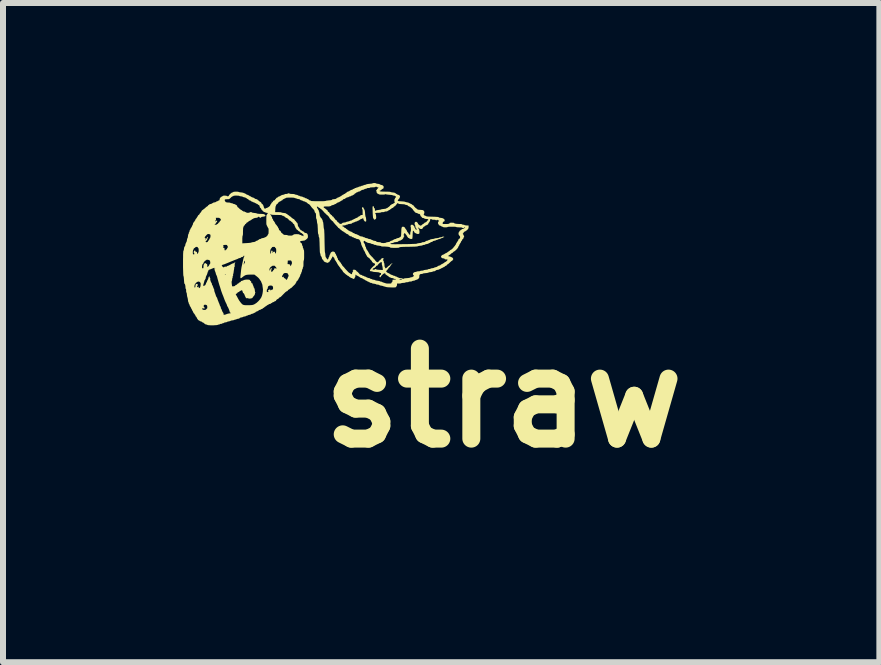
<source format=kicad_pcb>
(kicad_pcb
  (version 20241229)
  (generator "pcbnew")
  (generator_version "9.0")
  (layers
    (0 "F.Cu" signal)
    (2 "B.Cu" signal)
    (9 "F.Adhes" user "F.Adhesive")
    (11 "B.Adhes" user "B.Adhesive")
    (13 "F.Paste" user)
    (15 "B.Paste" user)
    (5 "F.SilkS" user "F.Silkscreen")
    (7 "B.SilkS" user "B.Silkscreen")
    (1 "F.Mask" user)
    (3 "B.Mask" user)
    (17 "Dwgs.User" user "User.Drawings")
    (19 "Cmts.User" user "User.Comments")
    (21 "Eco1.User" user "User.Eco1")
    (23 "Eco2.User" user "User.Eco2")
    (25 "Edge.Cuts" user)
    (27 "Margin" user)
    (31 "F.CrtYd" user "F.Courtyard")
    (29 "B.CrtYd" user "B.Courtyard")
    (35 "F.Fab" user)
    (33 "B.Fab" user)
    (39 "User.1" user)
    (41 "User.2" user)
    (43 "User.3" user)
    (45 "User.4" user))
  (footprint "straw"
    (layer "F.Cu")
    (at 5.34 3.581)
    (property "Reference" "straw" (at 0 0 0) (layer "F.SilkS") (effects (font (size 1.5 1.5) (thickness 0.3))))
    (attr board_only exclude_from_pos_files exclude_from_bom)
    (fp_poly (pts (xy -4.315 -2.262) (xy -4.314 -2.256) (xy -4.315 -2.255) (xy -4.318 -2.256) (xy -4.319 -2.259) (xy -4.317 -2.263)) (stroke (width 0) (type solid)) (fill yes) (layer "F.SilkS"))
    (fp_poly (pts (xy -3.858 -3.276) (xy -3.859 -3.272) (xy -3.862 -3.272) (xy -3.866 -3.274) (xy -3.865 -3.276) (xy -3.859 -3.276)) (stroke (width 0) (type solid)) (fill yes) (layer "F.SilkS"))
    (fp_poly (pts (xy -2.138 -3.58) (xy -2.128 -3.577) (xy -2.126 -3.576) (xy -2.121 -3.573) (xy -2.108 -3.57) (xy -2.096 -3.568) (xy -2.078 -3.566) (xy -2.065 -3.562) (xy -2.061 -3.559) (xy -2.053 -3.554) (xy -2.039 -3.55) (xy -2.035 -3.549) (xy -2.015 -3.543) (xy -2.002 -3.532) (xy -1.996 -3.518) (xy -1.996 -3.512) (xy -1.999 -3.499) (xy -2 -3.494) (xy -2.004 -3.488) (xy -2.008 -3.487) (xy -2.016 -3.483) (xy -2.028 -3.474) (xy -2.033 -3.47) (xy -2.045 -3.46) (xy -2.055 -3.454) (xy -2.058 -3.454) (xy -2.065 -3.451) (xy -2.066 -3.449) (xy -2.062 -3.445) (xy -2.049 -3.441) (xy -2.028 -3.439) (xy -1.996 -3.438) (xy -1.958 -3.437) (xy -1.931 -3.437) (xy -1.908 -3.436) (xy -1.892 -3.435) (xy -1.884 -3.433) (xy -1.884 -3.433) (xy -1.879 -3.43) (xy -1.866 -3.427) (xy -1.847 -3.424) (xy -1.847 -3.424) (xy -1.828 -3.422) (xy -1.814 -3.419) (xy -1.808 -3.415) (xy -1.808 -3.415) (xy -1.801 -3.41) (xy -1.798 -3.41) (xy -1.791 -3.407) (xy -1.79 -3.404) (xy -1.786 -3.399) (xy -1.782 -3.399) (xy -1.775 -3.396) (xy -1.774 -3.394) (xy -1.769 -3.39) (xy -1.757 -3.386) (xy -1.757 -3.386) (xy -1.742 -3.381) (xy -1.732 -3.374) (xy -1.727 -3.365) (xy -1.724 -3.353) (xy -1.725 -3.342) (xy -1.73 -3.338) (xy -1.734 -3.334) (xy -1.735 -3.327) (xy -1.739 -3.318) (xy -1.743 -3.316) (xy -1.75 -3.312) (xy -1.752 -3.305) (xy -1.754 -3.296) (xy -1.757 -3.294) (xy -1.762 -3.29) (xy -1.763 -3.287) (xy -1.76 -3.283) (xy -1.75 -3.28) (xy -1.732 -3.278) (xy -1.704 -3.276) (xy -1.701 -3.276) (xy -1.676 -3.274) (xy -1.656 -3.272) (xy -1.641 -3.269) (xy -1.636 -3.267) (xy -1.63 -3.264) (xy -1.616 -3.261) (xy -1.606 -3.259) (xy -1.59 -3.256) (xy -1.579 -3.252) (xy -1.576 -3.25) (xy -1.57 -3.245) (xy -1.564 -3.245) (xy -1.555 -3.242) (xy -1.553 -3.239) (xy -1.549 -3.234) (xy -1.544 -3.234) (xy -1.533 -3.23) (xy -1.524 -3.223) (xy -1.514 -3.214) (xy -1.507 -3.211) (xy -1.499 -3.209) (xy -1.498 -3.206) (xy -1.495 -3.2) (xy -1.486 -3.189) (xy -1.475 -3.177) (xy -1.465 -3.167) (xy -1.458 -3.162) (xy -1.457 -3.162) (xy -1.452 -3.158) (xy -1.442 -3.149) (xy -1.442 -3.149) (xy -1.434 -3.142) (xy -1.424 -3.138) (xy -1.41 -3.135) (xy -1.388 -3.134) (xy -1.384 -3.134) (xy -1.361 -3.132) (xy -1.346 -3.13) (xy -1.337 -3.126) (xy -1.329 -3.12) (xy -1.328 -3.118) (xy -1.319 -3.104) (xy -1.318 -3.087) (xy -1.319 -3.085) (xy -1.322 -3.071) (xy -1.328 -3.063) (xy -1.328 -3.062) (xy -1.33 -3.057) (xy -1.324 -3.048) (xy -1.315 -3.04) (xy -1.304 -3.036) (xy -1.3 -3.035) (xy -1.291 -3.032) (xy -1.288 -3.029) (xy -1.283 -3.026) (xy -1.27 -3.024) (xy -1.249 -3.022) (xy -1.218 -3.021) (xy -1.183 -3.02) (xy -1.144 -3.019) (xy -1.116 -3.017) (xy -1.096 -3.016) (xy -1.085 -3.014) (xy -1.08 -3.011) (xy -1.08 -3.011) (xy -1.074 -3.006) (xy -1.059 -3.002) (xy -1.046 -3.001) (xy -1.028 -2.998) (xy -1.014 -2.995) (xy -1.009 -2.992) (xy -1.001 -2.987) (xy -0.994 -2.985) (xy -0.987 -2.979) (xy -0.982 -2.968) (xy -0.98 -2.956) (xy -0.982 -2.946) (xy -0.988 -2.942) (xy -1.001 -2.937) (xy -1.01 -2.925) (xy -1.014 -2.911) (xy -1.013 -2.904) (xy -1.01 -2.9) (xy -1.001 -2.898) (xy -0.986 -2.898) (xy -0.973 -2.898) (xy -0.939 -2.898) (xy -0.915 -2.901) (xy -0.901 -2.906) (xy -0.898 -2.912) (xy -0.895 -2.916) (xy -0.885 -2.919) (xy -0.866 -2.92) (xy -0.859 -2.92) (xy -0.838 -2.919) (xy -0.825 -2.917) (xy -0.821 -2.913) (xy -0.821 -2.912) (xy -0.816 -2.908) (xy -0.801 -2.904) (xy -0.78 -2.901) (xy -0.753 -2.899) (xy -0.724 -2.898) (xy -0.713 -2.898) (xy -0.698 -2.896) (xy -0.69 -2.894) (xy -0.689 -2.892) (xy -0.684 -2.888) (xy -0.672 -2.887) (xy -0.669 -2.886) (xy -0.657 -2.885) (xy -0.65 -2.882) (xy -0.65 -2.881) (xy -0.645 -2.878) (xy -0.632 -2.876) (xy -0.616 -2.874) (xy -0.581 -2.873) (xy -0.581 -2.848) (xy -0.583 -2.829) (xy -0.591 -2.814) (xy -0.599 -2.805) (xy -0.61 -2.794) (xy -0.619 -2.788) (xy -0.622 -2.787) (xy -0.628 -2.784) (xy -0.628 -2.782) (xy -0.633 -2.777) (xy -0.638 -2.776) (xy -0.648 -2.772) (xy -0.659 -2.763) (xy -0.666 -2.752) (xy -0.667 -2.749) (xy -0.671 -2.743) (xy -0.672 -2.743) (xy -0.677 -2.739) (xy -0.678 -2.735) (xy -0.675 -2.728) (xy -0.672 -2.727) (xy -0.668 -2.722) (xy -0.667 -2.716) (xy -0.664 -2.707) (xy -0.661 -2.705) (xy -0.657 -2.7) (xy -0.656 -2.691) (xy -0.657 -2.681) (xy -0.661 -2.677) (xy -0.665 -2.672) (xy -0.667 -2.664) (xy -0.671 -2.651) (xy -0.678 -2.647) (xy -0.687 -2.639) (xy -0.689 -2.633) (xy -0.692 -2.622) (xy -0.696 -2.619) (xy -0.703 -2.612) (xy -0.708 -2.6) (xy -0.712 -2.588) (xy -0.717 -2.584) (xy -0.721 -2.579) (xy -0.722 -2.575) (xy -0.724 -2.568) (xy -0.727 -2.567) (xy -0.731 -2.562) (xy -0.735 -2.551) (xy -0.735 -2.55) (xy -0.739 -2.539) (xy -0.744 -2.534) (xy -0.744 -2.534) (xy -0.748 -2.529) (xy -0.752 -2.518) (xy -0.752 -2.516) (xy -0.758 -2.505) (xy -0.769 -2.489) (xy -0.783 -2.473) (xy -0.799 -2.458) (xy -0.813 -2.446) (xy -0.824 -2.44) (xy -0.825 -2.44) (xy -0.832 -2.436) (xy -0.84 -2.427) (xy -0.841 -2.427) (xy -0.85 -2.417) (xy -0.859 -2.413) (xy -0.868 -2.409) (xy -0.878 -2.399) (xy -0.888 -2.389) (xy -0.896 -2.385) (xy -0.903 -2.382) (xy -0.903 -2.38) (xy -0.908 -2.375) (xy -0.912 -2.374) (xy -0.919 -2.37) (xy -0.92 -2.366) (xy -0.916 -2.36) (xy -0.902 -2.358) (xy -0.901 -2.358) (xy -0.888 -2.356) (xy -0.882 -2.353) (xy -0.881 -2.352) (xy -0.877 -2.348) (xy -0.871 -2.347) (xy -0.857 -2.342) (xy -0.845 -2.331) (xy -0.838 -2.318) (xy -0.837 -2.314) (xy -0.839 -2.305) (xy -0.843 -2.303) (xy -0.848 -2.298) (xy -0.848 -2.294) (xy -0.853 -2.287) (xy -0.857 -2.286) (xy -0.865 -2.282) (xy -0.877 -2.272) (xy -0.892 -2.258) (xy -0.894 -2.256) (xy -0.91 -2.241) (xy -0.923 -2.23) (xy -0.931 -2.226) (xy -0.932 -2.225) (xy -0.94 -2.221) (xy -0.944 -2.214) (xy -0.95 -2.205) (xy -0.957 -2.203) (xy -0.968 -2.199) (xy -0.975 -2.193) (xy -0.986 -2.183) (xy -0.998 -2.178) (xy -1.009 -2.175) (xy -1.014 -2.17) (xy -1.018 -2.166) (xy -1.03 -2.162) (xy -1.03 -2.162) (xy -1.042 -2.158) (xy -1.047 -2.154) (xy -1.047 -2.153) (xy -1.051 -2.149) (xy -1.058 -2.148) (xy -1.067 -2.146) (xy -1.069 -2.143) (xy -1.074 -2.14) (xy -1.086 -2.136) (xy -1.096 -2.135) (xy -1.112 -2.132) (xy -1.122 -2.128) (xy -1.124 -2.126) (xy -1.128 -2.121) (xy -1.132 -2.121) (xy -1.139 -2.118) (xy -1.14 -2.115) (xy -1.145 -2.112) (xy -1.157 -2.11) (xy -1.16 -2.11) (xy -1.172 -2.109) (xy -1.179 -2.106) (xy -1.179 -2.105) (xy -1.184 -2.102) (xy -1.197 -2.099) (xy -1.215 -2.096) (xy -1.233 -2.094) (xy -1.246 -2.091) (xy -1.25 -2.088) (xy -1.256 -2.086) (xy -1.269 -2.083) (xy -1.289 -2.08) (xy -1.297 -2.08) (xy -1.318 -2.077) (xy -1.335 -2.075) (xy -1.343 -2.072) (xy -1.344 -2.071) (xy -1.349 -2.068) (xy -1.361 -2.066) (xy -1.366 -2.066) (xy -1.38 -2.064) (xy -1.388 -2.061) (xy -1.388 -2.06) (xy -1.393 -2.055) (xy -1.395 -2.055) (xy -1.4 -2.049) (xy -1.402 -2.034) (xy -1.402 -2.028) (xy -1.403 -2.009) (xy -1.409 -1.996) (xy -1.417 -1.987) (xy -1.433 -1.975) (xy -1.45 -1.969) (xy -1.452 -1.968) (xy -1.464 -1.965) (xy -1.471 -1.961) (xy -1.471 -1.961) (xy -1.476 -1.958) (xy -1.488 -1.954) (xy -1.498 -1.953) (xy -1.514 -1.95) (xy -1.524 -1.946) (xy -1.526 -1.944) (xy -1.531 -1.941) (xy -1.543 -1.939) (xy -1.553 -1.939) (xy -1.569 -1.938) (xy -1.579 -1.935) (xy -1.581 -1.934) (xy -1.586 -1.93) (xy -1.599 -1.928) (xy -1.609 -1.928) (xy -1.624 -1.927) (xy -1.634 -1.924) (xy -1.636 -1.922) (xy -1.641 -1.92) (xy -1.654 -1.918) (xy -1.669 -1.917) (xy -1.687 -1.916) (xy -1.699 -1.914) (xy -1.702 -1.911) (xy -1.707 -1.909) (xy -1.721 -1.907) (xy -1.738 -1.906) (xy -1.774 -1.906) (xy -1.774 -1.887) (xy -1.775 -1.874) (xy -1.779 -1.868) (xy -1.779 -1.867) (xy -1.784 -1.863) (xy -1.785 -1.857) (xy -1.788 -1.848) (xy -1.799 -1.843) (xy -1.805 -1.842) (xy -1.819 -1.841) (xy -1.84 -1.84) (xy -1.864 -1.841) (xy -1.89 -1.842) (xy -1.916 -1.843) (xy -1.938 -1.845) (xy -1.955 -1.848) (xy -1.965 -1.85) (xy -1.966 -1.851) (xy -1.972 -1.855) (xy -1.984 -1.856) (xy -1.995 -1.858) (xy -2 -1.861) (xy -2.005 -1.864) (xy -2.018 -1.867) (xy -2.032 -1.87) (xy -2.05 -1.873) (xy -2.063 -1.876) (xy -2.067 -1.879) (xy -2.073 -1.883) (xy -2.087 -1.887) (xy -2.098 -1.888) (xy -2.114 -1.89) (xy -2.124 -1.893) (xy -2.126 -1.895) (xy -2.131 -1.898) (xy -2.144 -1.901) (xy -2.159 -1.903) (xy -2.177 -1.906) (xy -2.189 -1.909) (xy -2.192 -1.912) (xy -2.197 -1.916) (xy -2.209 -1.917) (xy -2.209 -1.917) (xy -2.221 -1.919) (xy -2.225 -1.922) (xy -2.225 -1.922) (xy -2.23 -1.927) (xy -2.236 -1.928) (xy -2.245 -1.93) (xy -2.247 -1.934) (xy -2.252 -1.938) (xy -2.259 -1.939) (xy -2.267 -1.941) (xy -2.27 -1.944) (xy -2.274 -1.949) (xy -2.286 -1.953) (xy -2.298 -1.958) (xy -2.305 -1.964) (xy -2.312 -1.971) (xy -2.319 -1.972) (xy -2.328 -1.974) (xy -2.33 -1.978) (xy -2.335 -1.982) (xy -2.338 -1.983) (xy -2.346 -1.986) (xy -2.347 -1.988) (xy -2.351 -1.992) (xy -2.363 -1.996) (xy -2.366 -1.996) (xy -2.379 -2) (xy -2.385 -2.005) (xy -2.385 -2.005) (xy -2.39 -2.01) (xy -2.393 -2.011) (xy -2.401 -2.014) (xy -2.402 -2.016) (xy -2.406 -2.021) (xy -2.41 -2.022) (xy -2.417 -2.024) (xy -2.418 -2.027) (xy -2.423 -2.031) (xy -2.434 -2.035) (xy -2.447 -2.04) (xy -2.453 -2.047) (xy -2.459 -2.055) (xy -2.464 -2.053) (xy -2.467 -2.042) (xy -2.468 -2.033) (xy -2.469 -2.019) (xy -2.472 -2.011) (xy -2.473 -2.011) (xy -2.478 -2.006) (xy -2.481 -1.997) (xy -2.487 -1.986) (xy -2.498 -1.983) (xy -2.509 -1.985) (xy -2.512 -1.988) (xy -2.517 -1.993) (xy -2.529 -1.997) (xy -2.531 -1.997) (xy -2.544 -2.001) (xy -2.55 -2.005) (xy -2.55 -2.006) (xy -2.555 -2.01) (xy -2.557 -2.011) (xy -2.565 -2.014) (xy -2.572 -2.021) (xy -2.584 -2.031) (xy -2.593 -2.035) (xy -2.603 -2.04) (xy -2.606 -2.044) (xy -2.61 -2.049) (xy -2.612 -2.049) (xy -2.62 -2.053) (xy -2.631 -2.062) (xy -2.633 -2.064) (xy -2.648 -2.078) (xy -2.662 -2.09) (xy -2.663 -2.091) (xy -2.672 -2.1) (xy -2.677 -2.109) (xy -2.677 -2.109) (xy -2.681 -2.117) (xy -2.69 -2.129) (xy -2.692 -2.132) (xy -2.708 -2.149) (xy -2.717 -2.16) (xy -2.721 -2.167) (xy -2.721 -2.17) (xy -2.726 -2.176) (xy -2.729 -2.178) (xy -2.736 -2.185) (xy -2.738 -2.192) (xy -2.742 -2.202) (xy -2.749 -2.205) (xy -2.758 -2.212) (xy -2.76 -2.219) (xy -2.762 -2.229) (xy -2.765 -2.231) (xy -2.77 -2.235) (xy -2.771 -2.239) (xy -2.774 -2.249) (xy -2.778 -2.254) (xy -2.786 -2.266) (xy -2.79 -2.274) (xy -2.795 -2.283) (xy -2.799 -2.286) (xy -2.803 -2.291) (xy -2.804 -2.294) (xy -2.807 -2.302) (xy -2.809 -2.303) (xy -2.813 -2.307) (xy -2.817 -2.319) (xy -2.817 -2.322) (xy -2.822 -2.336) (xy -2.829 -2.341) (xy -2.829 -2.341) (xy -2.836 -2.346) (xy -2.837 -2.349) (xy -2.84 -2.357) (xy -2.846 -2.357) (xy -2.852 -2.35) (xy -2.856 -2.341) (xy -2.86 -2.33) (xy -2.865 -2.325) (xy -2.865 -2.325) (xy -2.869 -2.32) (xy -2.87 -2.316) (xy -2.874 -2.306) (xy -2.883 -2.295) (xy -2.883 -2.294) (xy -2.893 -2.283) (xy -2.898 -2.272) (xy -2.905 -2.263) (xy -2.914 -2.259) (xy -2.926 -2.256) (xy -2.932 -2.251) (xy -2.937 -2.248) (xy -2.94 -2.251) (xy -2.948 -2.256) (xy -2.962 -2.26) (xy -2.963 -2.26) (xy -2.98 -2.267) (xy -2.994 -2.278) (xy -3.001 -2.29) (xy -3.002 -2.295) (xy -3.007 -2.302) (xy -3.013 -2.305) (xy -3.021 -2.312) (xy -3.026 -2.327) (xy -3.027 -2.333) (xy -3.031 -2.349) (xy -3.036 -2.357) (xy -3.038 -2.358) (xy -3.043 -2.363) (xy -3.048 -2.377) (xy -3.049 -2.385) (xy -3.052 -2.401) (xy -3.055 -2.411) (xy -3.057 -2.413) (xy -3.058 -2.418) (xy -3.06 -2.433) (xy -3.061 -2.456) (xy -3.062 -2.485) (xy -3.063 -2.519) (xy -3.064 -2.543) (xy -3.065 -2.59) (xy -3.067 -2.626) (xy -3.068 -2.652) (xy -3.07 -2.669) (xy -3.073 -2.676) (xy -3.073 -2.676) (xy -3.077 -2.682) (xy -3.079 -2.696) (xy -3.079 -2.702) (xy -3.081 -2.717) (xy -3.084 -2.726) (xy -3.085 -2.728) (xy -3.088 -2.734) (xy -3.091 -2.751) (xy -3.093 -2.779) (xy -3.094 -2.816) (xy -3.094 -2.816) (xy -3.096 -2.846) (xy -3.097 -2.871) (xy -3.099 -2.89) (xy -3.1 -2.901) (xy -3.101 -2.903) (xy -3.104 -2.908) (xy -3.106 -2.921) (xy -3.108 -2.94) (xy -3.109 -2.943) (xy -3.111 -2.963) (xy -3.114 -2.977) (xy -3.117 -2.984) (xy -3.118 -2.985) (xy -3.121 -2.991) (xy -3.123 -3.005) (xy -3.123 -3.023) (xy -3.124 -3.053) (xy -3.127 -3.072) (xy -3.132 -3.083) (xy -3.137 -3.085) (xy -3.142 -3.09) (xy -3.146 -3.102) (xy -3.147 -3.106) (xy -3.151 -3.121) (xy -3.159 -3.135) (xy -3.175 -3.152) (xy -3.178 -3.155) (xy -3.192 -3.17) (xy -3.202 -3.182) (xy -3.205 -3.187) (xy -3.11 -3.187) (xy -3.109 -3.177) (xy -3.105 -3.166) (xy -3.101 -3.162) (xy -3.097 -3.155) (xy -3.093 -3.147) (xy -3.089 -3.137) (xy -3.084 -3.134) (xy -3.081 -3.13) (xy -3.079 -3.121) (xy -3.078 -3.11) (xy -3.074 -3.107) (xy -3.072 -3.102) (xy -3.069 -3.088) (xy -3.066 -3.07) (xy -3.066 -3.066) (xy -3.062 -3.041) (xy -3.058 -3.026) (xy -3.054 -3.022) (xy -3.048 -3.015) (xy -3.046 -3.008) (xy -3.043 -2.999) (xy -3.038 -2.997) (xy -3.031 -2.992) (xy -3.026 -2.983) (xy -3.022 -2.973) (xy -3.018 -2.969) (xy -3.015 -2.964) (xy -3.013 -2.953) (xy -3.013 -2.953) (xy -3.012 -2.941) (xy -3.008 -2.936) (xy -3.008 -2.936) (xy -3.006 -2.931) (xy -3.003 -2.917) (xy -3.001 -2.897) (xy -2.999 -2.877) (xy -2.997 -2.852) (xy -2.995 -2.832) (xy -2.992 -2.819) (xy -2.99 -2.814) (xy -2.989 -2.808) (xy -2.987 -2.791) (xy -2.986 -2.765) (xy -2.984 -2.731) (xy -2.983 -2.689) (xy -2.982 -2.64) (xy -2.982 -2.619) (xy -2.981 -2.574) (xy -2.98 -2.532) (xy -2.979 -2.496) (xy -2.978 -2.466) (xy -2.977 -2.443) (xy -2.975 -2.428) (xy -2.975 -2.424) (xy -2.972 -2.417) (xy -2.97 -2.403) (xy -2.968 -2.384) (xy -2.968 -2.383) (xy -2.966 -2.362) (xy -2.963 -2.347) (xy -2.959 -2.342) (xy -2.953 -2.336) (xy -2.953 -2.332) (xy -2.949 -2.325) (xy -2.947 -2.325) (xy -2.942 -2.32) (xy -2.942 -2.316) (xy -2.937 -2.31) (xy -2.931 -2.308) (xy -2.923 -2.312) (xy -2.918 -2.324) (xy -2.917 -2.327) (xy -2.914 -2.34) (xy -2.91 -2.346) (xy -2.909 -2.347) (xy -2.905 -2.352) (xy -2.902 -2.364) (xy -2.901 -2.369) (xy -2.897 -2.382) (xy -2.893 -2.39) (xy -2.892 -2.391) (xy -2.887 -2.395) (xy -2.886 -2.401) (xy -2.882 -2.416) (xy -2.869 -2.429) (xy -2.853 -2.438) (xy -2.841 -2.44) (xy -2.824 -2.436) (xy -2.81 -2.426) (xy -2.804 -2.412) (xy -2.804 -2.41) (xy -2.801 -2.403) (xy -2.799 -2.402) (xy -2.794 -2.397) (xy -2.79 -2.386) (xy -2.79 -2.385) (xy -2.786 -2.374) (xy -2.782 -2.369) (xy -2.782 -2.369) (xy -2.778 -2.364) (xy -2.774 -2.352) (xy -2.774 -2.349) (xy -2.77 -2.337) (xy -2.766 -2.33) (xy -2.765 -2.33) (xy -2.761 -2.325) (xy -2.76 -2.318) (xy -2.756 -2.301) (xy -2.745 -2.291) (xy -2.742 -2.29) (xy -2.734 -2.282) (xy -2.732 -2.276) (xy -2.728 -2.265) (xy -2.722 -2.261) (xy -2.712 -2.254) (xy -2.708 -2.245) (xy -2.703 -2.234) (xy -2.699 -2.231) (xy -2.694 -2.226) (xy -2.694 -2.222) (xy -2.69 -2.213) (xy -2.68 -2.201) (xy -2.672 -2.192) (xy -2.66 -2.18) (xy -2.652 -2.171) (xy -2.65 -2.168) (xy -2.646 -2.162) (xy -2.637 -2.152) (xy -2.629 -2.143) (xy -2.613 -2.126) (xy -2.597 -2.109) (xy -2.591 -2.102) (xy -2.578 -2.09) (xy -2.566 -2.081) (xy -2.562 -2.08) (xy -2.553 -2.075) (xy -2.55 -2.071) (xy -2.546 -2.067) (xy -2.54 -2.066) (xy -2.53 -2.063) (xy -2.527 -2.059) (xy -2.525 -2.059) (xy -2.524 -2.068) (xy -2.523 -2.073) (xy -2.522 -2.086) (xy -2.518 -2.093) (xy -2.517 -2.093) (xy -2.512 -2.098) (xy -2.512 -2.101) (xy -2.508 -2.11) (xy -2.505 -2.112) (xy -2.501 -2.116) (xy -2.505 -2.119) (xy -2.513 -2.125) (xy -2.511 -2.132) (xy -2.501 -2.136) (xy -2.49 -2.137) (xy -2.472 -2.134) (xy -2.458 -2.127) (xy -2.451 -2.117) (xy -2.451 -2.115) (xy -2.447 -2.11) (xy -2.446 -2.11) (xy -2.439 -2.106) (xy -2.428 -2.097) (xy -2.416 -2.085) (xy -2.405 -2.072) (xy -2.397 -2.063) (xy -2.396 -2.06) (xy -2.391 -2.056) (xy -2.38 -2.053) (xy -2.377 -2.052) (xy -2.364 -2.049) (xy -2.358 -2.045) (xy -2.358 -2.044) (xy -2.353 -2.04) (xy -2.341 -2.036) (xy -2.338 -2.036) (xy -2.326 -2.032) (xy -2.319 -2.028) (xy -2.319 -2.027) (xy -2.314 -2.023) (xy -2.305 -2.022) (xy -2.295 -2.02) (xy -2.292 -2.016) (xy -2.287 -2.012) (xy -2.281 -2.011) (xy -2.272 -2.009) (xy -2.27 -2.006) (xy -2.265 -2.002) (xy -2.252 -1.999) (xy -2.246 -1.998) (xy -2.231 -1.995) (xy -2.222 -1.991) (xy -2.221 -1.989) (xy -2.215 -1.984) (xy -2.206 -1.983) (xy -2.196 -1.981) (xy -2.192 -1.978) (xy -2.187 -1.975) (xy -2.175 -1.971) (xy -2.165 -1.97) (xy -2.149 -1.967) (xy -2.139 -1.963) (xy -2.137 -1.961) (xy -2.132 -1.959) (xy -2.119 -1.956) (xy -2.1 -1.953) (xy -2.099 -1.953) (xy -2.08 -1.95) (xy -2.066 -1.947) (xy -2.06 -1.944) (xy -2.06 -1.944) (xy -2.055 -1.94) (xy -2.044 -1.939) (xy -2.044 -1.939) (xy -2.032 -1.937) (xy -2.027 -1.934) (xy -2.027 -1.934) (xy -2.022 -1.929) (xy -2.013 -1.928) (xy -2.003 -1.926) (xy -2 -1.922) (xy -1.995 -1.919) (xy -1.983 -1.917) (xy -1.983 -1.917) (xy -1.971 -1.915) (xy -1.967 -1.912) (xy -1.967 -1.911) (xy -1.961 -1.909) (xy -1.947 -1.907) (xy -1.925 -1.906) (xy -1.917 -1.906) (xy -1.893 -1.906) (xy -1.879 -1.907) (xy -1.871 -1.909) (xy -1.868 -1.913) (xy -1.867 -1.917) (xy -1.864 -1.926) (xy -1.859 -1.928) (xy -1.853 -1.933) (xy -1.85 -1.949) (xy -1.85 -1.949) (xy -1.848 -1.969) (xy -1.819 -1.971) (xy -1.802 -1.973) (xy -1.792 -1.977) (xy -1.792 -1.978) (xy -1.735 -1.978) (xy -1.73 -1.974) (xy -1.718 -1.972) (xy -1.713 -1.972) (xy -1.699 -1.973) (xy -1.692 -1.976) (xy -1.691 -1.978) (xy -1.696 -1.981) (xy -1.708 -1.983) (xy -1.713 -1.983) (xy -1.727 -1.982) (xy -1.735 -1.979) (xy -1.735 -1.978) (xy -1.792 -1.978) (xy -1.791 -1.98) (xy -1.799 -1.983) (xy -1.81 -1.983) (xy -1.822 -1.984) (xy -1.829 -1.988) (xy -1.829 -1.988) (xy -1.834 -1.992) (xy -1.846 -1.996) (xy -1.856 -1.997) (xy -1.872 -2) (xy -1.882 -2.004) (xy -1.884 -2.006) (xy -1.889 -2.009) (xy -1.897 -2.011) (xy -1.91 -2.015) (xy -1.914 -2.022) (xy -1.92 -2.031) (xy -1.925 -2.033) (xy -1.934 -2.036) (xy -1.945 -2.044) (xy -1.955 -2.052) (xy -1.962 -2.055) (xy -1.966 -2.059) (xy -1.967 -2.066) (xy -1.97 -2.074) (xy -1.98 -2.077) (xy -1.991 -2.073) (xy -2.006 -2.063) (xy -2.021 -2.05) (xy -2.034 -2.036) (xy -2.042 -2.024) (xy -2.044 -2.019) (xy -2.048 -2.012) (xy -2.055 -2.011) (xy -2.064 -2.015) (xy -2.066 -2.021) (xy -2.063 -2.038) (xy -2.056 -2.048) (xy -2.051 -2.049) (xy -2.044 -2.052) (xy -2.044 -2.053) (xy -2.042 -2.061) (xy -2.04 -2.07) (xy -2.039 -2.079) (xy -2.046 -2.082) (xy -2.051 -2.082) (xy -2.062 -2.084) (xy -2.067 -2.088) (xy -2.073 -2.091) (xy -2.088 -2.094) (xy -2.11 -2.096) (xy -2.125 -2.097) (xy -2.148 -2.099) (xy -2.167 -2.101) (xy -2.179 -2.103) (xy -2.181 -2.105) (xy -2.186 -2.108) (xy -2.198 -2.11) (xy -2.203 -2.11) (xy -2.219 -2.112) (xy -2.226 -2.119) (xy -2.224 -2.13) (xy -2.216 -2.142) (xy -2.181 -2.142) (xy -2.177 -2.139) (xy -2.165 -2.137) (xy -2.162 -2.137) (xy -2.149 -2.139) (xy -2.143 -2.142) (xy -2.143 -2.143) (xy -2.138 -2.147) (xy -2.132 -2.148) (xy -2.123 -2.146) (xy -2.121 -2.143) (xy -2.118 -2.14) (xy -2.108 -2.138) (xy -2.09 -2.136) (xy -2.063 -2.134) (xy -2.034 -2.133) (xy -2.01 -2.132) (xy -2.014 -2.169) (xy -2.017 -2.188) (xy -2.02 -2.202) (xy -2.022 -2.208) (xy -2.022 -2.208) (xy -2.025 -2.214) (xy -2.027 -2.228) (xy -2.027 -2.238) (xy -2.027 -2.254) (xy -2.029 -2.261) (xy -2.034 -2.263) (xy -2.041 -2.262) (xy -2.054 -2.255) (xy -2.069 -2.243) (xy -2.084 -2.229) (xy -2.094 -2.215) (xy -2.095 -2.212) (xy -2.103 -2.205) (xy -2.11 -2.203) (xy -2.119 -2.201) (xy -2.121 -2.199) (xy -2.125 -2.19) (xy -2.134 -2.18) (xy -2.146 -2.17) (xy -2.155 -2.165) (xy -2.156 -2.165) (xy -2.166 -2.161) (xy -2.176 -2.152) (xy -2.181 -2.143) (xy -2.181 -2.142) (xy -2.216 -2.142) (xy -2.213 -2.147) (xy -2.193 -2.17) (xy -2.19 -2.173) (xy -2.174 -2.189) (xy -2.16 -2.201) (xy -2.152 -2.208) (xy -2.149 -2.209) (xy -2.144 -2.214) (xy -2.141 -2.224) (xy -2.141 -2.235) (xy -2.148 -2.241) (xy -2.154 -2.242) (xy -2.164 -2.246) (xy -2.177 -2.255) (xy -2.188 -2.266) (xy -2.193 -2.276) (xy -2.193 -2.276) (xy -2.197 -2.284) (xy -2.207 -2.295) (xy -2.209 -2.297) (xy -2.22 -2.307) (xy -2.225 -2.316) (xy -2.225 -2.317) (xy -2.23 -2.324) (xy -2.236 -2.327) (xy -2.245 -2.332) (xy -2.247 -2.336) (xy -2.252 -2.341) (xy -2.258 -2.344) (xy -2.268 -2.351) (xy -2.273 -2.359) (xy -2.279 -2.372) (xy -2.284 -2.378) (xy -2.29 -2.389) (xy -2.292 -2.394) (xy -2.294 -2.401) (xy -2.296 -2.402) (xy -2.301 -2.407) (xy -2.304 -2.418) (xy -2.305 -2.421) (xy -2.309 -2.434) (xy -2.313 -2.44) (xy -2.314 -2.44) (xy -2.319 -2.445) (xy -2.319 -2.449) (xy -2.322 -2.456) (xy -2.324 -2.457) (xy -2.329 -2.462) (xy -2.333 -2.473) (xy -2.333 -2.476) (xy -2.337 -2.489) (xy -2.341 -2.495) (xy -2.342 -2.495) (xy -2.346 -2.5) (xy -2.347 -2.506) (xy -2.349 -2.515) (xy -2.352 -2.517) (xy -2.357 -2.522) (xy -2.358 -2.528) (xy -2.36 -2.537) (xy -2.363 -2.539) (xy -2.366 -2.544) (xy -2.37 -2.557) (xy -2.371 -2.567) (xy -2.374 -2.583) (xy -2.378 -2.593) (xy -2.38 -2.595) (xy -2.384 -2.599) (xy -2.384 -2.6) (xy -2.33 -2.6) (xy -2.329 -2.588) (xy -2.325 -2.584) (xy -2.325 -2.584) (xy -2.32 -2.579) (xy -2.319 -2.575) (xy -2.316 -2.568) (xy -2.314 -2.567) (xy -2.311 -2.562) (xy -2.307 -2.55) (xy -2.306 -2.542) (xy -2.302 -2.527) (xy -2.299 -2.519) (xy -2.297 -2.517) (xy -2.293 -2.513) (xy -2.29 -2.5) (xy -2.289 -2.496) (xy -2.285 -2.481) (xy -2.279 -2.472) (xy -2.277 -2.471) (xy -2.27 -2.464) (xy -2.27 -2.46) (xy -2.267 -2.452) (xy -2.264 -2.451) (xy -2.259 -2.447) (xy -2.259 -2.443) (xy -2.256 -2.436) (xy -2.253 -2.435) (xy -2.249 -2.43) (xy -2.247 -2.424) (xy -2.245 -2.415) (xy -2.242 -2.413) (xy -2.237 -2.408) (xy -2.236 -2.405) (xy -2.233 -2.397) (xy -2.223 -2.385) (xy -2.208 -2.369) (xy -2.198 -2.358) (xy -2.181 -2.342) (xy -2.168 -2.327) (xy -2.161 -2.317) (xy -2.159 -2.314) (xy -2.155 -2.309) (xy -2.151 -2.308) (xy -2.144 -2.304) (xy -2.143 -2.301) (xy -2.139 -2.292) (xy -2.133 -2.285) (xy -2.122 -2.274) (xy -2.116 -2.267) (xy -2.106 -2.262) (xy -2.094 -2.262) (xy -2.085 -2.267) (xy -2.083 -2.27) (xy -2.077 -2.279) (xy -2.065 -2.291) (xy -2.053 -2.301) (xy -2.048 -2.304) (xy -2.04 -2.311) (xy -2.038 -2.316) (xy -2.033 -2.324) (xy -2.019 -2.329) (xy -2.008 -2.33) (xy -1.999 -2.328) (xy -1.998 -2.321) (xy -1.998 -2.318) (xy -2.003 -2.306) (xy -2.007 -2.301) (xy -2.009 -2.296) (xy -2.004 -2.291) (xy -1.996 -2.28) (xy -1.994 -2.267) (xy -1.993 -2.254) (xy -1.989 -2.248) (xy -1.989 -2.247) (xy -1.986 -2.242) (xy -1.984 -2.229) (xy -1.983 -2.214) (xy -1.982 -2.197) (xy -1.98 -2.185) (xy -1.978 -2.181) (xy -1.973 -2.177) (xy -1.972 -2.17) (xy -1.969 -2.161) (xy -1.961 -2.161) (xy -1.947 -2.169) (xy -1.931 -2.184) (xy -1.917 -2.197) (xy -1.905 -2.206) (xy -1.898 -2.209) (xy -1.891 -2.213) (xy -1.889 -2.218) (xy -1.885 -2.226) (xy -1.878 -2.229) (xy -1.869 -2.234) (xy -1.867 -2.237) (xy -1.863 -2.241) (xy -1.859 -2.242) (xy -1.852 -2.239) (xy -1.851 -2.236) (xy -1.855 -2.232) (xy -1.86 -2.231) (xy -1.868 -2.226) (xy -1.871 -2.22) (xy -1.875 -2.211) (xy -1.878 -2.209) (xy -1.883 -2.204) (xy -1.886 -2.196) (xy -1.893 -2.184) (xy -1.9 -2.179) (xy -1.91 -2.171) (xy -1.915 -2.163) (xy -1.921 -2.152) (xy -1.932 -2.138) (xy -1.937 -2.134) (xy -1.951 -2.117) (xy -1.955 -2.105) (xy -1.948 -2.098) (xy -1.945 -2.096) (xy -1.936 -2.091) (xy -1.934 -2.088) (xy -1.929 -2.083) (xy -1.917 -2.08) (xy -1.917 -2.079) (xy -1.905 -2.075) (xy -1.9 -2.071) (xy -1.9 -2.071) (xy -1.896 -2.066) (xy -1.892 -2.066) (xy -1.885 -2.063) (xy -1.884 -2.06) (xy -1.879 -2.056) (xy -1.867 -2.052) (xy -1.865 -2.052) (xy -1.852 -2.048) (xy -1.846 -2.044) (xy -1.845 -2.044) (xy -1.841 -2.04) (xy -1.828 -2.037) (xy -1.823 -2.036) (xy -1.81 -2.033) (xy -1.802 -2.028) (xy -1.801 -2.027) (xy -1.797 -2.023) (xy -1.788 -2.022) (xy -1.777 -2.02) (xy -1.774 -2.016) (xy -1.769 -2.012) (xy -1.763 -2.011) (xy -1.754 -2.008) (xy -1.751 -2.005) (xy -1.745 -2.002) (xy -1.731 -1.998) (xy -1.715 -1.996) (xy -1.697 -1.994) (xy -1.684 -1.99) (xy -1.68 -1.988) (xy -1.676 -1.984) (xy -1.672 -1.983) (xy -1.665 -1.986) (xy -1.664 -1.988) (xy -1.658 -1.99) (xy -1.645 -1.993) (xy -1.625 -1.995) (xy -1.61 -1.996) (xy -1.587 -1.998) (xy -1.568 -2.001) (xy -1.557 -2.004) (xy -1.554 -2.005) (xy -1.548 -2.009) (xy -1.536 -2.011) (xy -1.534 -2.011) (xy -1.521 -2.012) (xy -1.515 -2.016) (xy -1.515 -2.016) (xy -1.511 -2.021) (xy -1.509 -2.022) (xy -1.5 -2.025) (xy -1.496 -2.029) (xy -1.492 -2.036) (xy -1.496 -2.042) (xy -1.499 -2.044) (xy -1.508 -2.056) (xy -1.509 -2.07) (xy -1.502 -2.083) (xy -1.489 -2.093) (xy -1.471 -2.099) (xy -1.467 -2.099) (xy -1.455 -2.1) (xy -1.449 -2.104) (xy -1.449 -2.104) (xy -1.444 -2.107) (xy -1.431 -2.109) (xy -1.418 -2.11) (xy -1.402 -2.111) (xy -1.391 -2.113) (xy -1.388 -2.115) (xy -1.383 -2.118) (xy -1.371 -2.12) (xy -1.361 -2.121) (xy -1.345 -2.122) (xy -1.335 -2.124) (xy -1.333 -2.126) (xy -1.328 -2.129) (xy -1.315 -2.132) (xy -1.296 -2.135) (xy -1.295 -2.135) (xy -1.276 -2.137) (xy -1.262 -2.14) (xy -1.256 -2.143) (xy -1.256 -2.144) (xy -1.251 -2.147) (xy -1.239 -2.148) (xy -1.237 -2.148) (xy -1.224 -2.15) (xy -1.218 -2.152) (xy -1.217 -2.153) (xy -1.212 -2.156) (xy -1.2 -2.16) (xy -1.189 -2.161) (xy -1.172 -2.164) (xy -1.16 -2.167) (xy -1.157 -2.17) (xy -1.15 -2.173) (xy -1.137 -2.177) (xy -1.131 -2.178) (xy -1.116 -2.182) (xy -1.108 -2.186) (xy -1.107 -2.187) (xy -1.103 -2.192) (xy -1.099 -2.192) (xy -1.092 -2.195) (xy -1.091 -2.197) (xy -1.086 -2.201) (xy -1.074 -2.205) (xy -1.069 -2.206) (xy -1.054 -2.21) (xy -1.047 -2.216) (xy -1.047 -2.217) (xy -1.042 -2.223) (xy -1.03 -2.228) (xy -1.03 -2.228) (xy -1.019 -2.232) (xy -1.014 -2.237) (xy -1.014 -2.237) (xy -1.009 -2.241) (xy -1.005 -2.242) (xy -0.996 -2.246) (xy -0.988 -2.253) (xy -0.978 -2.261) (xy -0.971 -2.264) (xy -0.963 -2.268) (xy -0.951 -2.277) (xy -0.94 -2.288) (xy -0.932 -2.299) (xy -0.931 -2.303) (xy -0.936 -2.306) (xy -0.948 -2.308) (xy -0.956 -2.308) (xy -0.972 -2.309) (xy -0.98 -2.313) (xy -0.981 -2.316) (xy -0.984 -2.322) (xy -0.997 -2.325) (xy -1.001 -2.325) (xy -1.02 -2.328) (xy -1.034 -2.338) (xy -1.041 -2.352) (xy -1.041 -2.355) (xy -1.036 -2.367) (xy -1.024 -2.379) (xy -1.009 -2.387) (xy -1.002 -2.389) (xy -0.991 -2.393) (xy -0.986 -2.397) (xy -0.986 -2.397) (xy -0.982 -2.401) (xy -0.978 -2.402) (xy -0.97 -2.405) (xy -0.97 -2.407) (xy -0.965 -2.412) (xy -0.958 -2.413) (xy -0.95 -2.415) (xy -0.947 -2.418) (xy -0.943 -2.423) (xy -0.939 -2.424) (xy -0.932 -2.427) (xy -0.931 -2.429) (xy -0.926 -2.434) (xy -0.919 -2.438) (xy -0.907 -2.445) (xy -0.895 -2.455) (xy -0.885 -2.464) (xy -0.878 -2.468) (xy -0.877 -2.468) (xy -0.87 -2.471) (xy -0.859 -2.48) (xy -0.847 -2.491) (xy -0.837 -2.501) (xy -0.832 -2.508) (xy -0.832 -2.508) (xy -0.828 -2.515) (xy -0.819 -2.524) (xy -0.818 -2.525) (xy -0.809 -2.536) (xy -0.804 -2.544) (xy -0.804 -2.544) (xy -0.801 -2.55) (xy -0.799 -2.55) (xy -0.795 -2.555) (xy -0.791 -2.567) (xy -0.79 -2.567) (xy -0.786 -2.579) (xy -0.782 -2.584) (xy -0.782 -2.584) (xy -0.777 -2.588) (xy -0.777 -2.592) (xy -0.774 -2.599) (xy -0.771 -2.6) (xy -0.766 -2.605) (xy -0.766 -2.608) (xy -0.763 -2.616) (xy -0.761 -2.617) (xy -0.756 -2.621) (xy -0.752 -2.633) (xy -0.752 -2.633) (xy -0.748 -2.645) (xy -0.743 -2.65) (xy -0.743 -2.65) (xy -0.732 -2.654) (xy -0.725 -2.666) (xy -0.722 -2.68) (xy -0.726 -2.694) (xy -0.729 -2.697) (xy -0.741 -2.711) (xy -0.747 -2.722) (xy -0.749 -2.734) (xy -0.749 -2.74) (xy -0.748 -2.753) (xy -0.745 -2.76) (xy -0.744 -2.76) (xy -0.739 -2.764) (xy -0.736 -2.773) (xy -0.729 -2.785) (xy -0.722 -2.79) (xy -0.713 -2.795) (xy -0.711 -2.799) (xy -0.706 -2.803) (xy -0.702 -2.804) (xy -0.695 -2.807) (xy -0.694 -2.809) (xy -0.689 -2.814) (xy -0.68 -2.815) (xy -0.67 -2.817) (xy -0.667 -2.82) (xy -0.662 -2.825) (xy -0.653 -2.828) (xy -0.642 -2.833) (xy -0.639 -2.838) (xy -0.644 -2.842) (xy -0.647 -2.842) (xy -0.655 -2.839) (xy -0.656 -2.837) (xy -0.66 -2.833) (xy -0.672 -2.831) (xy -0.672 -2.831) (xy -0.684 -2.833) (xy -0.689 -2.837) (xy -0.689 -2.837) (xy -0.694 -2.84) (xy -0.708 -2.841) (xy -0.73 -2.842) (xy -0.738 -2.842) (xy -0.762 -2.843) (xy -0.779 -2.845) (xy -0.787 -2.847) (xy -0.788 -2.848) (xy -0.793 -2.85) (xy -0.808 -2.852) (xy -0.832 -2.853) (xy -0.859 -2.853) (xy -0.89 -2.853) (xy -0.913 -2.852) (xy -0.927 -2.85) (xy -0.931 -2.848) (xy -0.936 -2.845) (xy -0.95 -2.843) (xy -0.969 -2.842) (xy -0.97 -2.842) (xy -0.989 -2.843) (xy -1.003 -2.845) (xy -1.008 -2.848) (xy -1.008 -2.848) (xy -1.013 -2.852) (xy -1.019 -2.853) (xy -1.031 -2.857) (xy -1.038 -2.862) (xy -1.049 -2.869) (xy -1.063 -2.873) (xy -1.076 -2.879) (xy -1.08 -2.887) (xy -1.082 -2.896) (xy -1.085 -2.898) (xy -1.089 -2.902) (xy -1.091 -2.914) (xy -1.091 -2.917) (xy -1.089 -2.93) (xy -1.086 -2.936) (xy -1.085 -2.936) (xy -1.08 -2.94) (xy -1.08 -2.944) (xy -1.076 -2.953) (xy -1.073 -2.954) (xy -1.072 -2.957) (xy -1.081 -2.958) (xy -1.081 -2.958) (xy -1.092 -2.96) (xy -1.096 -2.964) (xy -1.101 -2.968) (xy -1.104 -2.969) (xy -1.112 -2.966) (xy -1.113 -2.964) (xy -1.117 -2.959) (xy -1.121 -2.958) (xy -1.128 -2.961) (xy -1.129 -2.964) (xy -1.134 -2.967) (xy -1.147 -2.969) (xy -1.162 -2.969) (xy -1.18 -2.97) (xy -1.192 -2.972) (xy -1.195 -2.975) (xy -1.2 -2.979) (xy -1.209 -2.98) (xy -1.218 -2.979) (xy -1.222 -2.972) (xy -1.223 -2.961) (xy -1.224 -2.948) (xy -1.228 -2.942) (xy -1.228 -2.942) (xy -1.233 -2.937) (xy -1.234 -2.933) (xy -1.238 -2.924) (xy -1.242 -2.922) (xy -1.248 -2.915) (xy -1.252 -2.903) (xy -1.258 -2.89) (xy -1.267 -2.886) (xy -1.276 -2.884) (xy -1.278 -2.881) (xy -1.283 -2.877) (xy -1.289 -2.875) (xy -1.3 -2.872) (xy -1.304 -2.867) (xy -1.31 -2.86) (xy -1.314 -2.859) (xy -1.325 -2.855) (xy -1.336 -2.844) (xy -1.345 -2.831) (xy -1.346 -2.827) (xy -1.354 -2.818) (xy -1.368 -2.814) (xy -1.385 -2.816) (xy -1.401 -2.824) (xy -1.408 -2.83) (xy -1.418 -2.838) (xy -1.425 -2.84) (xy -1.425 -2.84) (xy -1.425 -2.834) (xy -1.423 -2.833) (xy -1.416 -2.826) (xy -1.416 -2.823) (xy -1.412 -2.815) (xy -1.41 -2.814) (xy -1.406 -2.808) (xy -1.403 -2.794) (xy -1.4 -2.777) (xy -1.4 -2.759) (xy -1.401 -2.746) (xy -1.405 -2.737) (xy -1.413 -2.733) (xy -1.427 -2.732) (xy -1.441 -2.733) (xy -1.448 -2.736) (xy -1.449 -2.737) (xy -1.454 -2.741) (xy -1.465 -2.745) (xy -1.479 -2.752) (xy -1.485 -2.761) (xy -1.491 -2.773) (xy -1.499 -2.783) (xy -1.506 -2.786) (xy -1.508 -2.785) (xy -1.51 -2.778) (xy -1.511 -2.763) (xy -1.513 -2.741) (xy -1.514 -2.716) (xy -1.515 -2.687) (xy -1.517 -2.668) (xy -1.519 -2.656) (xy -1.521 -2.651) (xy -1.525 -2.649) (xy -1.548 -2.649) (xy -1.565 -2.655) (xy -1.568 -2.658) (xy -1.578 -2.665) (xy -1.584 -2.666) (xy -1.591 -2.671) (xy -1.595 -2.677) (xy -1.6 -2.686) (xy -1.603 -2.688) (xy -1.608 -2.693) (xy -1.609 -2.696) (xy -1.612 -2.705) (xy -1.621 -2.717) (xy -1.621 -2.717) (xy -1.631 -2.729) (xy -1.638 -2.739) (xy -1.644 -2.748) (xy -1.65 -2.747) (xy -1.653 -2.738) (xy -1.655 -2.729) (xy -1.658 -2.727) (xy -1.663 -2.722) (xy -1.664 -2.716) (xy -1.661 -2.707) (xy -1.658 -2.705) (xy -1.653 -2.7) (xy -1.653 -2.696) (xy -1.656 -2.689) (xy -1.658 -2.688) (xy -1.662 -2.684) (xy -1.664 -2.677) (xy -1.667 -2.666) (xy -1.676 -2.653) (xy -1.688 -2.641) (xy -1.698 -2.634) (xy -1.702 -2.633) (xy -1.707 -2.63) (xy -1.708 -2.628) (xy -1.713 -2.625) (xy -1.725 -2.621) (xy -1.73 -2.62) (xy -1.745 -2.616) (xy -1.752 -2.61) (xy -1.752 -2.609) (xy -1.756 -2.604) (xy -1.769 -2.6) (xy -1.79 -2.597) (xy -1.809 -2.595) (xy -1.823 -2.592) (xy -1.829 -2.589) (xy -1.829 -2.589) (xy -1.834 -2.585) (xy -1.846 -2.582) (xy -1.856 -2.58) (xy -1.875 -2.577) (xy -1.883 -2.571) (xy -1.884 -2.568) (xy -1.883 -2.566) (xy -1.879 -2.565) (xy -1.872 -2.563) (xy -1.859 -2.562) (xy -1.842 -2.562) (xy -1.817 -2.561) (xy -1.785 -2.561) (xy -1.744 -2.562) (xy -1.694 -2.562) (xy -1.666 -2.563) (xy -1.606 -2.563) (xy -1.555 -2.564) (xy -1.513 -2.566) (xy -1.481 -2.567) (xy -1.458 -2.568) (xy -1.446 -2.57) (xy -1.444 -2.571) (xy -1.437 -2.574) (xy -1.422 -2.577) (xy -1.403 -2.58) (xy -1.402 -2.58) (xy -1.383 -2.582) (xy -1.368 -2.586) (xy -1.362 -2.589) (xy -1.362 -2.589) (xy -1.355 -2.593) (xy -1.347 -2.595) (xy -1.328 -2.596) (xy -1.312 -2.6) (xy -1.302 -2.605) (xy -1.3 -2.608) (xy -1.295 -2.613) (xy -1.282 -2.618) (xy -1.275 -2.619) (xy -1.26 -2.622) (xy -1.252 -2.626) (xy -1.25 -2.628) (xy -1.246 -2.632) (xy -1.237 -2.633) (xy -1.226 -2.635) (xy -1.222 -2.639) (xy -1.216 -2.642) (xy -1.202 -2.645) (xy -1.186 -2.648) (xy -1.168 -2.65) (xy -1.155 -2.653) (xy -1.151 -2.655) (xy -1.146 -2.657) (xy -1.133 -2.66) (xy -1.114 -2.662) (xy -1.111 -2.662) (xy -1.092 -2.665) (xy -1.077 -2.668) (xy -1.07 -2.671) (xy -1.07 -2.671) (xy -1.063 -2.675) (xy -1.05 -2.677) (xy -1.046 -2.677) (xy -1.033 -2.678) (xy -1.025 -2.682) (xy -1.025 -2.683) (xy -1.02 -2.686) (xy -1.008 -2.688) (xy -1.005 -2.688) (xy -0.993 -2.687) (xy -0.986 -2.683) (xy -0.986 -2.683) (xy -0.991 -2.678) (xy -0.997 -2.677) (xy -1.006 -2.675) (xy -1.008 -2.672) (xy -1.013 -2.668) (xy -1.025 -2.664) (xy -1.027 -2.663) (xy -1.04 -2.66) (xy -1.046 -2.656) (xy -1.047 -2.655) (xy -1.052 -2.651) (xy -1.064 -2.648) (xy -1.071 -2.647) (xy -1.086 -2.643) (xy -1.095 -2.64) (xy -1.096 -2.638) (xy -1.101 -2.634) (xy -1.11 -2.633) (xy -1.12 -2.631) (xy -1.124 -2.628) (xy -1.129 -2.625) (xy -1.141 -2.621) (xy -1.151 -2.619) (xy -1.17 -2.615) (xy -1.178 -2.61) (xy -1.179 -2.608) (xy -1.184 -2.602) (xy -1.192 -2.6) (xy -1.206 -2.597) (xy -1.214 -2.592) (xy -1.225 -2.585) (xy -1.236 -2.58) (xy -1.247 -2.576) (xy -1.25 -2.572) (xy -1.255 -2.569) (xy -1.268 -2.566) (xy -1.278 -2.564) (xy -1.294 -2.561) (xy -1.304 -2.558) (xy -1.306 -2.555) (xy -1.31 -2.552) (xy -1.322 -2.55) (xy -1.324 -2.55) (xy -1.338 -2.549) (xy -1.345 -2.545) (xy -1.345 -2.545) (xy -1.351 -2.542) (xy -1.365 -2.538) (xy -1.384 -2.536) (xy -1.385 -2.536) (xy -1.405 -2.533) (xy -1.42 -2.53) (xy -1.428 -2.527) (xy -1.428 -2.527) (xy -1.434 -2.525) (xy -1.451 -2.523) (xy -1.478 -2.521) (xy -1.514 -2.52) (xy -1.558 -2.519) (xy -1.583 -2.518) (xy -1.629 -2.518) (xy -1.666 -2.517) (xy -1.693 -2.516) (xy -1.712 -2.514) (xy -1.725 -2.513) (xy -1.732 -2.511) (xy -1.735 -2.509) (xy -1.735 -2.508) (xy -1.737 -2.505) (xy -1.745 -2.503) (xy -1.758 -2.502) (xy -1.78 -2.501) (xy -1.812 -2.501) (xy -1.812 -2.501) (xy -1.844 -2.501) (xy -1.866 -2.502) (xy -1.88 -2.503) (xy -1.887 -2.505) (xy -1.889 -2.508) (xy -1.895 -2.512) (xy -1.909 -2.516) (xy -1.931 -2.519) (xy -1.957 -2.521) (xy -1.988 -2.523) (xy -2.014 -2.523) (xy -2.029 -2.524) (xy -2.037 -2.527) (xy -2.038 -2.528) (xy -2.043 -2.531) (xy -2.057 -2.534) (xy -2.076 -2.536) (xy -2.079 -2.537) (xy -2.099 -2.539) (xy -2.114 -2.542) (xy -2.121 -2.545) (xy -2.121 -2.546) (xy -2.126 -2.549) (xy -2.138 -2.55) (xy -2.14 -2.55) (xy -2.153 -2.552) (xy -2.159 -2.555) (xy -2.159 -2.556) (xy -2.164 -2.559) (xy -2.177 -2.563) (xy -2.184 -2.565) (xy -2.199 -2.568) (xy -2.208 -2.571) (xy -2.209 -2.573) (xy -2.214 -2.576) (xy -2.227 -2.579) (xy -2.239 -2.581) (xy -2.256 -2.584) (xy -2.267 -2.587) (xy -2.27 -2.589) (xy -2.274 -2.593) (xy -2.286 -2.597) (xy -2.286 -2.597) (xy -2.298 -2.602) (xy -2.303 -2.609) (xy -2.303 -2.609) (xy -2.307 -2.615) (xy -2.316 -2.617) (xy -2.326 -2.615) (xy -2.33 -2.607) (xy -2.33 -2.6) (xy -2.384 -2.6) (xy -2.385 -2.608) (xy -2.387 -2.619) (xy -2.39 -2.622) (xy -2.396 -2.627) (xy -2.399 -2.633) (xy -2.405 -2.64) (xy -2.418 -2.645) (xy -2.429 -2.647) (xy -2.445 -2.65) (xy -2.455 -2.653) (xy -2.457 -2.655) (xy -2.462 -2.659) (xy -2.473 -2.662) (xy -2.476 -2.663) (xy -2.489 -2.667) (xy -2.495 -2.671) (xy -2.495 -2.672) (xy -2.5 -2.676) (xy -2.509 -2.677) (xy -2.52 -2.68) (xy -2.525 -2.685) (xy -2.533 -2.692) (xy -2.545 -2.694) (xy -2.556 -2.695) (xy -2.561 -2.699) (xy -2.561 -2.699) (xy -2.566 -2.704) (xy -2.569 -2.705) (xy -2.577 -2.709) (xy -2.581 -2.715) (xy -2.588 -2.724) (xy -2.6 -2.729) (xy -2.616 -2.735) (xy -2.63 -2.746) (xy -2.641 -2.755) (xy -2.65 -2.76) (xy -2.651 -2.76) (xy -2.66 -2.764) (xy -2.663 -2.768) (xy -2.67 -2.775) (xy -2.674 -2.776) (xy -2.684 -2.78) (xy -2.695 -2.789) (xy -2.696 -2.79) (xy -2.706 -2.799) (xy -2.713 -2.804) (xy -2.714 -2.804) (xy -2.72 -2.808) (xy -2.729 -2.817) (xy -2.729 -2.818) (xy -2.738 -2.827) (xy -2.747 -2.831) (xy -2.754 -2.834) (xy -2.754 -2.837) (xy -2.758 -2.843) (xy -2.768 -2.854) (xy -2.782 -2.869) (xy -2.787 -2.875) (xy -2.802 -2.89) (xy -2.814 -2.903) (xy -2.82 -2.912) (xy -2.82 -2.913) (xy -2.825 -2.919) (xy -2.829 -2.922) (xy -2.836 -2.929) (xy -2.837 -2.933) (xy -2.84 -2.941) (xy -2.842 -2.942) (xy -2.85 -2.945) (xy -2.861 -2.955) (xy -2.875 -2.969) (xy -2.888 -2.983) (xy -2.898 -2.996) (xy -2.903 -3.005) (xy -2.903 -3.006) (xy -2.907 -3.014) (xy -2.916 -3.025) (xy -2.928 -3.038) (xy -2.939 -3.047) (xy -2.947 -3.052) (xy -2.948 -3.052) (xy -2.952 -3.056) (xy -2.953 -3.06) (xy -2.956 -3.067) (xy -2.959 -3.068) (xy -2.967 -3.072) (xy -2.978 -3.082) (xy -2.983 -3.088) (xy -3.005 -3.113) (xy -3.022 -3.131) (xy -3.034 -3.142) (xy -3.039 -3.145) (xy -3.046 -3.149) (xy -3.053 -3.156) (xy -3.063 -3.165) (xy -3.071 -3.167) (xy -3.078 -3.17) (xy -3.079 -3.173) (xy -3.084 -3.178) (xy -3.088 -3.178) (xy -3.088 -3.179) (xy -2.997 -3.179) (xy -2.992 -3.169) (xy -2.985 -3.165) (xy -2.974 -3.158) (xy -2.961 -3.148) (xy -2.958 -3.145) (xy -2.946 -3.135) (xy -2.938 -3.129) (xy -2.936 -3.129) (xy -2.931 -3.124) (xy -2.931 -3.12) (xy -2.927 -3.109) (xy -2.918 -3.099) (xy -2.909 -3.096) (xy -2.904 -3.091) (xy -2.903 -3.088) (xy -2.899 -3.08) (xy -2.89 -3.068) (xy -2.879 -3.057) (xy -2.869 -3.048) (xy -2.864 -3.046) (xy -2.859 -3.042) (xy -2.856 -3.035) (xy -2.85 -3.026) (xy -2.845 -3.024) (xy -2.836 -3.02) (xy -2.833 -3.015) (xy -2.826 -3.004) (xy -2.817 -2.993) (xy -2.808 -2.983) (xy -2.804 -2.975) (xy -2.804 -2.975) (xy -2.8 -2.969) (xy -2.798 -2.969) (xy -2.79 -2.965) (xy -2.781 -2.958) (xy -2.776 -2.95) (xy -2.776 -2.95) (xy -2.772 -2.942) (xy -2.763 -2.932) (xy -2.753 -2.924) (xy -2.745 -2.92) (xy -2.745 -2.92) (xy -2.738 -2.915) (xy -2.738 -2.912) (xy -2.733 -2.905) (xy -2.726 -2.901) (xy -2.71 -2.9) (xy -2.697 -2.903) (xy -2.689 -2.909) (xy -2.688 -2.912) (xy -2.683 -2.917) (xy -2.667 -2.921) (xy -2.655 -2.923) (xy -2.638 -2.925) (xy -2.626 -2.928) (xy -2.622 -2.931) (xy -2.617 -2.934) (xy -2.605 -2.937) (xy -2.595 -2.939) (xy -2.579 -2.942) (xy -2.569 -2.945) (xy -2.567 -2.947) (xy -2.562 -2.95) (xy -2.55 -2.954) (xy -2.545 -2.955) (xy -2.531 -2.958) (xy -2.523 -2.962) (xy -2.523 -2.964) (xy -2.518 -2.968) (xy -2.512 -2.969) (xy -2.503 -2.971) (xy -2.501 -2.974) (xy -2.496 -2.979) (xy -2.485 -2.983) (xy -2.484 -2.983) (xy -2.473 -2.987) (xy -2.468 -2.991) (xy -2.468 -2.991) (xy -2.463 -2.995) (xy -2.451 -2.999) (xy -2.449 -3) (xy -2.436 -3.004) (xy -2.429 -3.009) (xy -2.429 -3.01) (xy -2.425 -3.017) (xy -2.414 -3.021) (xy -2.399 -3.028) (xy -2.39 -3.037) (xy -2.375 -3.046) (xy -2.363 -3.048) (xy -2.347 -3.048) (xy -2.347 -3.097) (xy -2.347 -3.12) (xy -2.349 -3.137) (xy -2.351 -3.145) (xy -2.352 -3.145) (xy -2.356 -3.15) (xy -2.358 -3.162) (xy -2.358 -3.162) (xy -2.354 -3.175) (xy -2.347 -3.179) (xy -2.338 -3.176) (xy -2.332 -3.165) (xy -2.328 -3.154) (xy -2.324 -3.151) (xy -2.32 -3.146) (xy -2.319 -3.14) (xy -2.317 -3.131) (xy -2.314 -3.129) (xy -2.312 -3.124) (xy -2.31 -3.11) (xy -2.307 -3.09) (xy -2.306 -3.075) (xy -2.304 -3.052) (xy -2.301 -3.033) (xy -2.299 -3.021) (xy -2.297 -3.019) (xy -2.294 -3.012) (xy -2.291 -2.998) (xy -2.289 -2.98) (xy -2.287 -2.962) (xy -2.288 -2.947) (xy -2.29 -2.94) (xy -2.29 -2.94) (xy -2.3 -2.938) (xy -2.311 -2.942) (xy -2.318 -2.948) (xy -2.319 -2.95) (xy -2.322 -2.957) (xy -2.324 -2.958) (xy -2.328 -2.963) (xy -2.332 -2.975) (xy -2.333 -2.977) (xy -2.336 -2.99) (xy -2.341 -2.996) (xy -2.341 -2.997) (xy -2.347 -2.993) (xy -2.347 -2.992) (xy -2.351 -2.988) (xy -2.363 -2.984) (xy -2.366 -2.983) (xy -2.379 -2.98) (xy -2.385 -2.975) (xy -2.385 -2.974) (xy -2.39 -2.97) (xy -2.393 -2.969) (xy -2.401 -2.966) (xy -2.402 -2.964) (xy -2.406 -2.959) (xy -2.418 -2.955) (xy -2.418 -2.955) (xy -2.43 -2.951) (xy -2.435 -2.947) (xy -2.435 -2.947) (xy -2.44 -2.943) (xy -2.452 -2.94) (xy -2.457 -2.939) (xy -2.471 -2.935) (xy -2.478 -2.932) (xy -2.479 -2.931) (xy -2.484 -2.927) (xy -2.496 -2.923) (xy -2.501 -2.922) (xy -2.515 -2.918) (xy -2.522 -2.913) (xy -2.523 -2.911) (xy -2.528 -2.906) (xy -2.545 -2.902) (xy -2.559 -2.9) (xy -2.577 -2.898) (xy -2.59 -2.895) (xy -2.595 -2.892) (xy -2.599 -2.888) (xy -2.611 -2.886) (xy -2.611 -2.886) (xy -2.623 -2.885) (xy -2.628 -2.881) (xy -2.628 -2.881) (xy -2.632 -2.878) (xy -2.645 -2.876) (xy -2.649 -2.875) (xy -2.671 -2.874) (xy -2.684 -2.87) (xy -2.688 -2.864) (xy -2.684 -2.86) (xy -2.678 -2.859) (xy -2.668 -2.855) (xy -2.657 -2.845) (xy -2.647 -2.835) (xy -2.637 -2.831) (xy -2.627 -2.827) (xy -2.624 -2.823) (xy -2.619 -2.816) (xy -2.616 -2.815) (xy -2.609 -2.811) (xy -2.598 -2.803) (xy -2.597 -2.801) (xy -2.585 -2.792) (xy -2.576 -2.787) (xy -2.575 -2.787) (xy -2.568 -2.784) (xy -2.567 -2.782) (xy -2.562 -2.778) (xy -2.55 -2.774) (xy -2.548 -2.773) (xy -2.535 -2.77) (xy -2.529 -2.765) (xy -2.528 -2.765) (xy -2.524 -2.76) (xy -2.52 -2.76) (xy -2.513 -2.757) (xy -2.512 -2.755) (xy -2.507 -2.75) (xy -2.496 -2.746) (xy -2.495 -2.746) (xy -2.484 -2.742) (xy -2.479 -2.738) (xy -2.479 -2.738) (xy -2.474 -2.734) (xy -2.462 -2.73) (xy -2.457 -2.729) (xy -2.443 -2.726) (xy -2.435 -2.722) (xy -2.435 -2.721) (xy -2.43 -2.717) (xy -2.424 -2.716) (xy -2.415 -2.713) (xy -2.413 -2.71) (xy -2.408 -2.705) (xy -2.404 -2.705) (xy -2.397 -2.702) (xy -2.396 -2.7) (xy -2.391 -2.696) (xy -2.378 -2.693) (xy -2.366 -2.691) (xy -2.349 -2.688) (xy -2.338 -2.684) (xy -2.336 -2.682) (xy -2.331 -2.678) (xy -2.322 -2.677) (xy -2.312 -2.675) (xy -2.308 -2.672) (xy -2.303 -2.668) (xy -2.291 -2.664) (xy -2.283 -2.663) (xy -2.269 -2.66) (xy -2.26 -2.657) (xy -2.259 -2.655) (xy -2.254 -2.652) (xy -2.241 -2.649) (xy -2.231 -2.647) (xy -2.215 -2.644) (xy -2.205 -2.641) (xy -2.203 -2.638) (xy -2.199 -2.634) (xy -2.193 -2.633) (xy -2.183 -2.631) (xy -2.18 -2.627) (xy -2.174 -2.624) (xy -2.161 -2.62) (xy -2.15 -2.618) (xy -2.132 -2.615) (xy -2.122 -2.611) (xy -2.121 -2.608) (xy -2.116 -2.603) (xy -2.102 -2.599) (xy -2.083 -2.596) (xy -2.062 -2.595) (xy -2.049 -2.593) (xy -2.044 -2.59) (xy -2.044 -2.589) (xy -2.039 -2.585) (xy -2.026 -2.583) (xy -2.009 -2.581) (xy -1.99 -2.581) (xy -1.972 -2.583) (xy -1.96 -2.586) (xy -1.956 -2.589) (xy -1.949 -2.592) (xy -1.935 -2.595) (xy -1.921 -2.597) (xy -1.901 -2.601) (xy -1.89 -2.606) (xy -1.889 -2.608) (xy -1.884 -2.614) (xy -1.871 -2.619) (xy -1.867 -2.619) (xy -1.854 -2.623) (xy -1.846 -2.627) (xy -1.845 -2.628) (xy -1.841 -2.633) (xy -1.837 -2.633) (xy -1.83 -2.636) (xy -1.829 -2.638) (xy -1.824 -2.642) (xy -1.812 -2.645) (xy -1.807 -2.646) (xy -1.793 -2.65) (xy -1.785 -2.654) (xy -1.785 -2.655) (xy -1.78 -2.659) (xy -1.767 -2.662) (xy -1.76 -2.664) (xy -1.745 -2.667) (xy -1.736 -2.671) (xy -1.735 -2.672) (xy -1.731 -2.677) (xy -1.729 -2.677) (xy -1.721 -2.681) (xy -1.714 -2.686) (xy -1.71 -2.692) (xy -1.707 -2.703) (xy -1.705 -2.719) (xy -1.704 -2.744) (xy -1.703 -2.767) (xy -1.702 -2.8) (xy -1.7 -2.823) (xy -1.696 -2.839) (xy -1.691 -2.848) (xy -1.684 -2.852) (xy -1.673 -2.853) (xy -1.672 -2.853) (xy -1.658 -2.85) (xy -1.645 -2.84) (xy -1.637 -2.829) (xy -1.636 -2.824) (xy -1.632 -2.817) (xy -1.626 -2.81) (xy -1.616 -2.798) (xy -1.611 -2.788) (xy -1.606 -2.774) (xy -1.601 -2.767) (xy -1.589 -2.753) (xy -1.582 -2.744) (xy -1.581 -2.739) (xy -1.577 -2.733) (xy -1.569 -2.724) (xy -1.56 -2.717) (xy -1.556 -2.716) (xy -1.555 -2.721) (xy -1.554 -2.733) (xy -1.553 -2.743) (xy -1.552 -2.759) (xy -1.55 -2.769) (xy -1.548 -2.771) (xy -1.545 -2.776) (xy -1.543 -2.789) (xy -1.542 -2.806) (xy -1.543 -2.825) (xy -1.544 -2.843) (xy -1.546 -2.856) (xy -1.549 -2.861) (xy -1.553 -2.865) (xy -1.549 -2.868) (xy -1.543 -2.875) (xy -1.542 -2.879) (xy -1.537 -2.885) (xy -1.526 -2.886) (xy -1.514 -2.885) (xy -1.509 -2.881) (xy -1.509 -2.881) (xy -1.505 -2.876) (xy -1.499 -2.873) (xy -1.489 -2.864) (xy -1.484 -2.85) (xy -1.481 -2.838) (xy -1.477 -2.832) (xy -1.476 -2.831) (xy -1.472 -2.827) (xy -1.469 -2.818) (xy -1.463 -2.807) (xy -1.457 -2.804) (xy -1.449 -2.801) (xy -1.447 -2.8) (xy -1.446 -2.8) (xy -1.447 -2.803) (xy -1.449 -2.815) (xy -1.449 -2.818) (xy -1.453 -2.825) (xy -1.456 -2.826) (xy -1.462 -2.831) (xy -1.466 -2.847) (xy -1.468 -2.856) (xy -1.471 -2.873) (xy -1.474 -2.884) (xy -1.477 -2.886) (xy -1.481 -2.891) (xy -1.482 -2.902) (xy -1.48 -2.915) (xy -1.476 -2.926) (xy -1.474 -2.928) (xy -1.463 -2.935) (xy -1.457 -2.936) (xy -1.446 -2.932) (xy -1.435 -2.923) (xy -1.427 -2.913) (xy -1.427 -2.91) (xy -1.422 -2.9) (xy -1.412 -2.888) (xy -1.398 -2.878) (xy -1.386 -2.872) (xy -1.375 -2.872) (xy -1.364 -2.879) (xy -1.356 -2.886) (xy -1.344 -2.897) (xy -1.334 -2.903) (xy -1.331 -2.903) (xy -1.323 -2.907) (xy -1.322 -2.911) (xy -1.317 -2.918) (xy -1.308 -2.922) (xy -1.293 -2.928) (xy -1.28 -2.938) (xy -1.273 -2.949) (xy -1.272 -2.951) (xy -1.268 -2.957) (xy -1.264 -2.958) (xy -1.257 -2.959) (xy -1.256 -2.96) (xy -1.254 -2.967) (xy -1.253 -2.971) (xy -1.254 -2.975) (xy -1.261 -2.979) (xy -1.277 -2.981) (xy -1.284 -2.982) (xy -1.303 -2.984) (xy -1.316 -2.988) (xy -1.321 -2.991) (xy -1.327 -2.996) (xy -1.333 -2.997) (xy -1.349 -2.999) (xy -1.359 -3.006) (xy -1.361 -3.011) (xy -1.365 -3.018) (xy -1.371 -3.021) (xy -1.38 -3.029) (xy -1.385 -3.043) (xy -1.391 -3.059) (xy -1.403 -3.067) (xy -1.416 -3.068) (xy -1.425 -3.07) (xy -1.427 -3.073) (xy -1.432 -3.077) (xy -1.444 -3.081) (xy -1.448 -3.082) (xy -1.465 -3.087) (xy -1.476 -3.096) (xy -1.477 -3.097) (xy -1.486 -3.109) (xy -1.497 -3.121) (xy -1.506 -3.131) (xy -1.509 -3.137) (xy -1.509 -3.138) (xy -1.514 -3.145) (xy -1.524 -3.156) (xy -1.539 -3.169) (xy -1.554 -3.181) (xy -1.568 -3.189) (xy -1.575 -3.192) (xy -1.587 -3.197) (xy -1.592 -3.203) (xy -1.592 -3.203) (xy -1.597 -3.209) (xy -1.612 -3.214) (xy -1.617 -3.215) (xy -1.632 -3.218) (xy -1.64 -3.221) (xy -1.642 -3.223) (xy -1.647 -3.225) (xy -1.66 -3.227) (xy -1.68 -3.228) (xy -1.695 -3.229) (xy -1.724 -3.231) (xy -1.742 -3.233) (xy -1.75 -3.237) (xy -1.75 -3.238) (xy -1.756 -3.243) (xy -1.765 -3.244) (xy -1.773 -3.241) (xy -1.774 -3.238) (xy -1.777 -3.231) (xy -1.787 -3.22) (xy -1.788 -3.219) (xy -1.797 -3.209) (xy -1.801 -3.202) (xy -1.801 -3.201) (xy -1.806 -3.196) (xy -1.815 -3.193) (xy -1.826 -3.186) (xy -1.831 -3.179) (xy -1.839 -3.17) (xy -1.851 -3.165) (xy -1.863 -3.16) (xy -1.87 -3.153) (xy -1.877 -3.146) (xy -1.881 -3.145) (xy -1.888 -3.143) (xy -1.889 -3.14) (xy -1.894 -3.135) (xy -1.903 -3.131) (xy -1.914 -3.127) (xy -1.917 -3.123) (xy -1.921 -3.118) (xy -1.925 -3.118) (xy -1.933 -3.115) (xy -1.934 -3.112) (xy -1.938 -3.109) (xy -1.951 -3.107) (xy -1.958 -3.107) (xy -1.973 -3.106) (xy -1.982 -3.103) (xy -1.983 -3.101) (xy -1.988 -3.098) (xy -2.001 -3.096) (xy -2.013 -3.096) (xy -2.03 -3.095) (xy -2.041 -3.093) (xy -2.044 -3.09) (xy -2.049 -3.088) (xy -2.063 -3.086) (xy -2.084 -3.085) (xy -2.091 -3.085) (xy -2.114 -3.084) (xy -2.129 -3.083) (xy -2.136 -3.08) (xy -2.137 -3.077) (xy -2.134 -3.069) (xy -2.131 -3.067) (xy -2.128 -3.061) (xy -2.125 -3.047) (xy -2.122 -3.028) (xy -2.122 -3.028) (xy -2.121 -3.007) (xy -2.122 -2.994) (xy -2.125 -2.986) (xy -2.131 -2.98) (xy -2.145 -2.971) (xy -2.156 -2.971) (xy -2.162 -2.982) (xy -2.168 -2.993) (xy -2.172 -2.997) (xy -2.173 -3.004) (xy -2.175 -3.019) (xy -2.177 -3.042) (xy -2.179 -3.07) (xy -2.18 -3.098) (xy -2.181 -3.133) (xy -2.182 -3.158) (xy -2.182 -3.175) (xy -2.181 -3.186) (xy -2.179 -3.192) (xy -2.176 -3.194) (xy -2.172 -3.195) (xy -2.171 -3.195) (xy -2.163 -3.193) (xy -2.16 -3.184) (xy -2.159 -3.178) (xy -2.157 -3.165) (xy -2.151 -3.162) (xy -2.145 -3.158) (xy -2.143 -3.146) (xy -2.143 -3.14) (xy -2.141 -3.124) (xy -2.136 -3.118) (xy -2.135 -3.118) (xy -2.127 -3.121) (xy -2.125 -3.123) (xy -2.119 -3.126) (xy -2.105 -3.129) (xy -2.086 -3.132) (xy -2.084 -3.132) (xy -2.064 -3.135) (xy -2.05 -3.137) (xy -2.044 -3.14) (xy -2.044 -3.14) (xy -2.039 -3.142) (xy -2.025 -3.145) (xy -2.006 -3.148) (xy -2 -3.148) (xy -1.979 -3.151) (xy -1.964 -3.153) (xy -1.956 -3.156) (xy -1.956 -3.157) (xy -1.951 -3.161) (xy -1.944 -3.162) (xy -1.934 -3.166) (xy -1.93 -3.17) (xy -1.923 -3.178) (xy -1.919 -3.178) (xy -1.912 -3.181) (xy -1.911 -3.184) (xy -1.907 -3.189) (xy -1.9 -3.192) (xy -1.892 -3.199) (xy -1.889 -3.204) (xy -1.885 -3.212) (xy -1.878 -3.215) (xy -1.869 -3.22) (xy -1.867 -3.223) (xy -1.863 -3.227) (xy -1.851 -3.231) (xy -1.851 -3.231) (xy -1.839 -3.235) (xy -1.834 -3.239) (xy -1.834 -3.239) (xy -1.83 -3.244) (xy -1.828 -3.245) (xy -1.82 -3.248) (xy -1.814 -3.253) (xy -1.81 -3.259) (xy -1.812 -3.261) (xy -1.815 -3.266) (xy -1.818 -3.279) (xy -1.818 -3.289) (xy -1.817 -3.304) (xy -1.814 -3.314) (xy -1.812 -3.316) (xy -1.808 -3.321) (xy -1.807 -3.327) (xy -1.803 -3.336) (xy -1.799 -3.338) (xy -1.792 -3.343) (xy -1.79 -3.349) (xy -1.794 -3.358) (xy -1.799 -3.36) (xy -1.806 -3.363) (xy -1.807 -3.366) (xy -1.812 -3.369) (xy -1.823 -3.371) (xy -1.826 -3.371) (xy -1.839 -3.373) (xy -1.846 -3.376) (xy -1.846 -3.377) (xy -1.852 -3.379) (xy -1.867 -3.382) (xy -1.888 -3.384) (xy -1.906 -3.386) (xy -1.93 -3.388) (xy -1.95 -3.391) (xy -1.964 -3.393) (xy -1.968 -3.395) (xy -1.971 -3.398) (xy -1.972 -3.395) (xy -1.975 -3.391) (xy -1.987 -3.389) (xy -2.007 -3.388) (xy -2.024 -3.388) (xy -2.049 -3.388) (xy -2.067 -3.39) (xy -2.076 -3.392) (xy -2.077 -3.393) (xy -2.081 -3.398) (xy -2.085 -3.399) (xy -2.096 -3.403) (xy -2.106 -3.411) (xy -2.11 -3.42) (xy -2.114 -3.427) (xy -2.117 -3.428) (xy -2.12 -3.432) (xy -2.115 -3.437) (xy -2.111 -3.442) (xy -2.114 -3.443) (xy -2.12 -3.447) (xy -2.121 -3.454) (xy -2.118 -3.463) (xy -2.115 -3.465) (xy -2.11 -3.469) (xy -2.11 -3.471) (xy -2.106 -3.478) (xy -2.097 -3.488) (xy -2.096 -3.489) (xy -2.087 -3.499) (xy -2.082 -3.505) (xy -2.082 -3.505) (xy -2.087 -3.508) (xy -2.096 -3.509) (xy -2.106 -3.511) (xy -2.11 -3.514) (xy -2.114 -3.519) (xy -2.124 -3.52) (xy -2.134 -3.518) (xy -2.137 -3.514) (xy -2.142 -3.512) (xy -2.157 -3.51) (xy -2.177 -3.509) (xy -2.181 -3.509) (xy -2.203 -3.508) (xy -2.219 -3.507) (xy -2.225 -3.504) (xy -2.225 -3.503) (xy -2.23 -3.5) (xy -2.243 -3.498) (xy -2.25 -3.498) (xy -2.265 -3.497) (xy -2.274 -3.495) (xy -2.275 -3.493) (xy -2.28 -3.489) (xy -2.292 -3.486) (xy -2.297 -3.485) (xy -2.311 -3.482) (xy -2.319 -3.478) (xy -2.319 -3.476) (xy -2.324 -3.473) (xy -2.336 -3.469) (xy -2.344 -3.468) (xy -2.359 -3.465) (xy -2.368 -3.461) (xy -2.369 -3.459) (xy -2.373 -3.454) (xy -2.377 -3.454) (xy -2.384 -3.451) (xy -2.385 -3.448) (xy -2.39 -3.444) (xy -2.402 -3.44) (xy -2.407 -3.439) (xy -2.421 -3.436) (xy -2.429 -3.432) (xy -2.429 -3.431) (xy -2.434 -3.427) (xy -2.44 -3.426) (xy -2.451 -3.423) (xy -2.455 -3.418) (xy -2.462 -3.411) (xy -2.468 -3.41) (xy -2.478 -3.405) (xy -2.481 -3.399) (xy -2.489 -3.39) (xy -2.498 -3.385) (xy -2.509 -3.381) (xy -2.512 -3.377) (xy -2.517 -3.373) (xy -2.526 -3.371) (xy -2.536 -3.37) (xy -2.539 -3.366) (xy -2.544 -3.362) (xy -2.556 -3.358) (xy -2.559 -3.358) (xy -2.571 -3.354) (xy -2.578 -3.35) (xy -2.578 -3.35) (xy -2.583 -3.346) (xy -2.595 -3.343) (xy -2.6 -3.342) (xy -2.614 -3.338) (xy -2.622 -3.334) (xy -2.622 -3.333) (xy -2.627 -3.328) (xy -2.63 -3.327) (xy -2.638 -3.325) (xy -2.639 -3.322) (xy -2.643 -3.318) (xy -2.655 -3.314) (xy -2.658 -3.314) (xy -2.672 -3.309) (xy -2.677 -3.303) (xy -2.677 -3.302) (xy -2.681 -3.295) (xy -2.685 -3.294) (xy -2.695 -3.29) (xy -2.7 -3.287) (xy -2.712 -3.279) (xy -2.72 -3.275) (xy -2.73 -3.27) (xy -2.732 -3.267) (xy -2.737 -3.263) (xy -2.749 -3.259) (xy -2.752 -3.259) (xy -2.764 -3.255) (xy -2.771 -3.251) (xy -2.771 -3.25) (xy -2.775 -3.245) (xy -2.779 -3.245) (xy -2.786 -3.242) (xy -2.787 -3.24) (xy -2.792 -3.235) (xy -2.802 -3.231) (xy -2.815 -3.226) (xy -2.821 -3.222) (xy -2.828 -3.218) (xy -2.842 -3.214) (xy -2.847 -3.213) (xy -2.862 -3.21) (xy -2.87 -3.204) (xy -2.87 -3.203) (xy -2.875 -3.199) (xy -2.888 -3.195) (xy -2.905 -3.191) (xy -2.923 -3.19) (xy -2.939 -3.19) (xy -2.951 -3.191) (xy -2.969 -3.19) (xy -2.973 -3.19) (xy -2.988 -3.189) (xy -2.995 -3.185) (xy -2.997 -3.179) (xy -3.088 -3.179) (xy -3.095 -3.181) (xy -3.096 -3.184) (xy -3.1 -3.189) (xy -3.104 -3.189) (xy -3.11 -3.187) (xy -3.205 -3.187) (xy -3.206 -3.189) (xy -3.206 -3.189) (xy -3.21 -3.195) (xy -3.211 -3.195) (xy -3.217 -3.199) (xy -3.217 -3.202) (xy -3.221 -3.21) (xy -3.231 -3.22) (xy -3.242 -3.229) (xy -3.252 -3.233) (xy -3.252 -3.234) (xy -3.26 -3.238) (xy -3.269 -3.247) (xy -3.269 -3.247) (xy -3.279 -3.257) (xy -3.289 -3.261) (xy -3.298 -3.263) (xy -3.3 -3.266) (xy -3.304 -3.27) (xy -3.317 -3.274) (xy -3.322 -3.275) (xy -3.335 -3.278) (xy -3.343 -3.282) (xy -3.344 -3.284) (xy -3.349 -3.287) (xy -3.361 -3.291) (xy -3.366 -3.292) (xy -3.38 -3.296) (xy -3.387 -3.301) (xy -3.388 -3.303) (xy -3.393 -3.308) (xy -3.408 -3.312) (xy -3.418 -3.314) (xy -3.435 -3.317) (xy -3.446 -3.32) (xy -3.448 -3.322) (xy -3.453 -3.326) (xy -3.465 -3.327) (xy -3.465 -3.327) (xy -3.476 -3.329) (xy -3.481 -3.333) (xy -3.481 -3.333) (xy -3.487 -3.335) (xy -3.502 -3.337) (xy -3.526 -3.338) (xy -3.553 -3.338) (xy -3.584 -3.338) (xy -3.607 -3.337) (xy -3.621 -3.335) (xy -3.625 -3.333) (xy -3.629 -3.328) (xy -3.636 -3.327) (xy -3.645 -3.325) (xy -3.647 -3.322) (xy -3.651 -3.318) (xy -3.663 -3.313) (xy -3.663 -3.313) (xy -3.675 -3.309) (xy -3.68 -3.302) (xy -3.68 -3.302) (xy -3.684 -3.295) (xy -3.693 -3.291) (xy -3.704 -3.287) (xy -3.707 -3.283) (xy -3.712 -3.279) (xy -3.722 -3.275) (xy -3.733 -3.27) (xy -3.746 -3.26) (xy -3.757 -3.249) (xy -3.762 -3.239) (xy -3.762 -3.239) (xy -3.767 -3.234) (xy -3.773 -3.231) (xy -3.783 -3.223) (xy -3.788 -3.213) (xy -3.792 -3.201) (xy -3.795 -3.195) (xy -3.798 -3.189) (xy -3.8 -3.174) (xy -3.802 -3.154) (xy -3.802 -3.144) (xy -3.805 -3.096) (xy -3.753 -3.096) (xy -3.731 -3.095) (xy -3.714 -3.094) (xy -3.703 -3.092) (xy -3.702 -3.091) (xy -3.697 -3.088) (xy -3.683 -3.085) (xy -3.665 -3.083) (xy -3.663 -3.082) (xy -3.644 -3.08) (xy -3.63 -3.077) (xy -3.625 -3.074) (xy -3.625 -3.073) (xy -3.62 -3.069) (xy -3.616 -3.068) (xy -3.607 -3.064) (xy -3.599 -3.057) (xy -3.59 -3.049) (xy -3.585 -3.046) (xy -3.578 -3.043) (xy -3.568 -3.034) (xy -3.566 -3.032) (xy -3.555 -3.023) (xy -3.545 -3.019) (xy -3.545 -3.019) (xy -3.537 -3.014) (xy -3.537 -3.011) (xy -3.532 -3.003) (xy -3.525 -2.999) (xy -3.517 -2.995) (xy -3.514 -2.991) (xy -3.51 -2.987) (xy -3.501 -2.983) (xy -3.49 -2.979) (xy -3.487 -2.975) (xy -3.483 -2.968) (xy -3.474 -2.957) (xy -3.468 -2.951) (xy -3.456 -2.939) (xy -3.449 -2.929) (xy -3.448 -2.926) (xy -3.444 -2.92) (xy -3.441 -2.92) (xy -3.435 -2.915) (xy -3.43 -2.901) (xy -3.427 -2.883) (xy -3.426 -2.872) (xy -3.424 -2.862) (xy -3.421 -2.859) (xy -3.416 -2.854) (xy -3.415 -2.851) (xy -3.412 -2.843) (xy -3.41 -2.842) (xy -3.405 -2.838) (xy -3.401 -2.829) (xy -3.397 -2.818) (xy -3.393 -2.815) (xy -3.388 -2.81) (xy -3.385 -2.804) (xy -3.378 -2.795) (xy -3.371 -2.793) (xy -3.36 -2.789) (xy -3.357 -2.785) (xy -3.35 -2.779) (xy -3.338 -2.774) (xy -3.325 -2.768) (xy -3.319 -2.76) (xy -3.313 -2.751) (xy -3.299 -2.749) (xy -3.298 -2.749) (xy -3.279 -2.744) (xy -3.266 -2.731) (xy -3.26 -2.709) (xy -3.259 -2.697) (xy -3.259 -2.678) (xy -3.263 -2.666) (xy -3.272 -2.654) (xy -3.276 -2.651) (xy -3.288 -2.64) (xy -3.297 -2.634) (xy -3.299 -2.633) (xy -3.305 -2.629) (xy -3.306 -2.627) (xy -3.312 -2.624) (xy -3.326 -2.621) (xy -3.346 -2.619) (xy -3.348 -2.618) (xy -3.369 -2.616) (xy -3.381 -2.613) (xy -3.387 -2.61) (xy -3.388 -2.605) (xy -3.384 -2.594) (xy -3.376 -2.583) (xy -3.366 -2.578) (xy -3.365 -2.578) (xy -3.361 -2.573) (xy -3.358 -2.561) (xy -3.357 -2.556) (xy -3.354 -2.542) (xy -3.35 -2.535) (xy -3.349 -2.534) (xy -3.345 -2.529) (xy -3.344 -2.517) (xy -3.344 -2.515) (xy -3.342 -2.502) (xy -3.339 -2.496) (xy -3.338 -2.495) (xy -3.334 -2.491) (xy -3.333 -2.482) (xy -3.331 -2.471) (xy -3.327 -2.468) (xy -3.325 -2.462) (xy -3.323 -2.447) (xy -3.322 -2.422) (xy -3.322 -2.389) (xy -3.322 -2.38) (xy -3.322 -2.345) (xy -3.323 -2.318) (xy -3.325 -2.3) (xy -3.327 -2.292) (xy -3.327 -2.292) (xy -3.33 -2.286) (xy -3.332 -2.272) (xy -3.333 -2.249) (xy -3.333 -2.236) (xy -3.333 -2.211) (xy -3.335 -2.192) (xy -3.337 -2.183) (xy -3.338 -2.181) (xy -3.342 -2.177) (xy -3.344 -2.165) (xy -3.344 -2.165) (xy -3.345 -2.153) (xy -3.349 -2.148) (xy -3.349 -2.148) (xy -3.352 -2.143) (xy -3.356 -2.131) (xy -3.357 -2.121) (xy -3.361 -2.105) (xy -3.364 -2.095) (xy -3.366 -2.093) (xy -3.37 -2.089) (xy -3.371 -2.079) (xy -3.373 -2.069) (xy -3.377 -2.066) (xy -3.381 -2.061) (xy -3.385 -2.049) (xy -3.386 -2.045) (xy -3.39 -2.03) (xy -3.396 -2.018) (xy -3.397 -2.017) (xy -3.403 -2.007) (xy -3.404 -2.002) (xy -3.407 -1.995) (xy -3.41 -1.994) (xy -3.414 -1.989) (xy -3.415 -1.983) (xy -3.418 -1.974) (xy -3.421 -1.972) (xy -3.426 -1.968) (xy -3.426 -1.963) (xy -3.431 -1.955) (xy -3.437 -1.952) (xy -3.446 -1.945) (xy -3.448 -1.939) (xy -3.452 -1.927) (xy -3.457 -1.921) (xy -3.463 -1.911) (xy -3.465 -1.907) (xy -3.466 -1.902) (xy -3.472 -1.895) (xy -3.483 -1.884) (xy -3.501 -1.867) (xy -3.505 -1.864) (xy -3.515 -1.853) (xy -3.518 -1.85) (xy -3.53 -1.838) (xy -3.541 -1.83) (xy -3.545 -1.829) (xy -3.551 -1.825) (xy -3.558 -1.819) (xy -3.57 -1.809) (xy -3.579 -1.805) (xy -3.59 -1.797) (xy -3.594 -1.79) (xy -3.6 -1.781) (xy -3.605 -1.779) (xy -3.612 -1.777) (xy -3.621 -1.772) (xy -3.635 -1.761) (xy -3.652 -1.744) (xy -3.675 -1.721) (xy -3.7 -1.695) (xy -3.713 -1.683) (xy -3.725 -1.676) (xy -3.729 -1.675) (xy -3.739 -1.67) (xy -3.743 -1.664) (xy -3.751 -1.653) (xy -3.758 -1.65) (xy -3.772 -1.643) (xy -3.784 -1.633) (xy -3.79 -1.623) (xy -3.79 -1.621) (xy -3.795 -1.616) (xy -3.806 -1.611) (xy -3.806 -1.611) (xy -3.818 -1.607) (xy -3.823 -1.603) (xy -3.823 -1.603) (xy -3.828 -1.599) (xy -3.839 -1.595) (xy -3.839 -1.595) (xy -3.851 -1.591) (xy -3.856 -1.586) (xy -3.856 -1.586) (xy -3.86 -1.582) (xy -3.864 -1.581) (xy -3.872 -1.578) (xy -3.873 -1.576) (xy -3.877 -1.571) (xy -3.889 -1.567) (xy -3.892 -1.567) (xy -3.905 -1.563) (xy -3.911 -1.56) (xy -3.911 -1.559) (xy -3.916 -1.555) (xy -3.925 -1.551) (xy -3.935 -1.547) (xy -3.939 -1.542) (xy -3.943 -1.537) (xy -3.947 -1.537) (xy -3.954 -1.534) (xy -3.955 -1.531) (xy -3.959 -1.526) (xy -3.961 -1.526) (xy -3.97 -1.523) (xy -3.975 -1.519) (xy -3.989 -1.506) (xy -3.998 -1.5) (xy -4.004 -1.498) (xy -4.01 -1.494) (xy -4.012 -1.49) (xy -4.02 -1.483) (xy -4.027 -1.482) (xy -4.036 -1.48) (xy -4.038 -1.477) (xy -4.043 -1.473) (xy -4.054 -1.469) (xy -4.057 -1.468) (xy -4.07 -1.465) (xy -4.076 -1.46) (xy -4.076 -1.46) (xy -4.081 -1.455) (xy -4.085 -1.454) (xy -4.092 -1.451) (xy -4.093 -1.449) (xy -4.098 -1.445) (xy -4.11 -1.441) (xy -4.112 -1.44) (xy -4.125 -1.436) (xy -4.131 -1.43) (xy -4.131 -1.429) (xy -4.136 -1.423) (xy -4.148 -1.419) (xy -4.148 -1.418) (xy -4.16 -1.415) (xy -4.164 -1.411) (xy -4.164 -1.41) (xy -4.169 -1.407) (xy -4.181 -1.403) (xy -4.187 -1.403) (xy -4.2 -1.399) (xy -4.208 -1.395) (xy -4.209 -1.394) (xy -4.213 -1.39) (xy -4.226 -1.386) (xy -4.233 -1.385) (xy -4.248 -1.382) (xy -4.257 -1.378) (xy -4.258 -1.377) (xy -4.263 -1.373) (xy -4.272 -1.372) (xy -4.282 -1.37) (xy -4.286 -1.366) (xy -4.291 -1.363) (xy -4.303 -1.359) (xy -4.313 -1.357) (xy -4.329 -1.354) (xy -4.339 -1.351) (xy -4.341 -1.349) (xy -4.346 -1.346) (xy -4.358 -1.343) (xy -4.368 -1.341) (xy -4.387 -1.337) (xy -4.395 -1.332) (xy -4.396 -1.33) (xy -4.401 -1.324) (xy -4.417 -1.32) (xy -4.423 -1.319) (xy -4.439 -1.316) (xy -4.449 -1.312) (xy -4.451 -1.31) (xy -4.456 -1.307) (xy -4.467 -1.306) (xy -4.467 -1.306) (xy -4.479 -1.304) (xy -4.484 -1.301) (xy -4.484 -1.301) (xy -4.489 -1.298) (xy -4.502 -1.294) (xy -4.517 -1.292) (xy -4.534 -1.29) (xy -4.546 -1.286) (xy -4.55 -1.284) (xy -4.555 -1.28) (xy -4.568 -1.277) (xy -4.578 -1.275) (xy -4.593 -1.272) (xy -4.603 -1.269) (xy -4.605 -1.267) (xy -4.61 -1.264) (xy -4.623 -1.26) (xy -4.633 -1.259) (xy -4.648 -1.256) (xy -4.658 -1.252) (xy -4.66 -1.25) (xy -4.665 -1.246) (xy -4.674 -1.245) (xy -4.684 -1.243) (xy -4.688 -1.239) (xy -4.693 -1.236) (xy -4.705 -1.234) (xy -4.707 -1.234) (xy -4.72 -1.233) (xy -4.726 -1.229) (xy -4.726 -1.228) (xy -4.731 -1.225) (xy -4.742 -1.223) (xy -4.754 -1.221) (xy -4.76 -1.218) (xy -4.766 -1.216) (xy -4.781 -1.213) (xy -4.803 -1.212) (xy -4.829 -1.21) (xy -4.856 -1.21) (xy -4.884 -1.21) (xy -4.896 -1.211) (xy -4.915 -1.212) (xy -4.929 -1.214) (xy -4.936 -1.217) (xy -4.936 -1.218) (xy -4.94 -1.221) (xy -4.952 -1.223) (xy -4.952 -1.223) (xy -4.964 -1.224) (xy -4.969 -1.228) (xy -4.969 -1.228) (xy -4.973 -1.234) (xy -4.976 -1.234) (xy -4.984 -1.238) (xy -4.991 -1.245) (xy -5.001 -1.254) (xy -5.009 -1.256) (xy -5.019 -1.26) (xy -5.022 -1.264) (xy -5.029 -1.27) (xy -5.042 -1.275) (xy -5.043 -1.275) (xy -5.056 -1.278) (xy -5.062 -1.283) (xy -5.062 -1.283) (xy -5.067 -1.288) (xy -5.076 -1.291) (xy -5.087 -1.298) (xy -5.093 -1.306) (xy -5.098 -1.314) (xy -5.101 -1.317) (xy -5.105 -1.321) (xy -5.106 -1.328) (xy -5.109 -1.337) (xy -5.112 -1.339) (xy -5.117 -1.343) (xy -5.117 -1.346) (xy -5.122 -1.355) (xy -5.126 -1.357) (xy -5.133 -1.365) (xy -5.134 -1.371) (xy -5.136 -1.381) (xy -5.139 -1.383) (xy -5.144 -1.387) (xy -5.145 -1.391) (xy -5.149 -1.4) (xy -5.153 -1.403) (xy -5.161 -1.41) (xy -5.162 -1.414) (xy -5.164 -1.42) (xy -5.167 -1.421) (xy -5.171 -1.426) (xy -5.175 -1.437) (xy -5.175 -1.438) (xy -5.179 -1.449) (xy -5.183 -1.454) (xy -5.184 -1.454) (xy -5.188 -1.459) (xy -5.192 -1.47) (xy -5.192 -1.471) (xy -5.196 -1.482) (xy -5.198 -1.485) (xy -5.018 -1.485) (xy -5.016 -1.475) (xy -5.009 -1.469) (xy -4.979 -1.466) (xy -4.965 -1.469) (xy -4.955 -1.474) (xy -4.952 -1.48) (xy -4.948 -1.486) (xy -4.944 -1.487) (xy -4.938 -1.492) (xy -4.936 -1.504) (xy -4.936 -1.519) (xy -4.938 -1.534) (xy -4.944 -1.544) (xy -4.944 -1.545) (xy -4.959 -1.552) (xy -4.977 -1.553) (xy -4.988 -1.55) (xy -4.994 -1.543) (xy -4.996 -1.53) (xy -4.994 -1.519) (xy -4.988 -1.513) (xy -4.981 -1.506) (xy -4.98 -1.496) (xy -4.985 -1.489) (xy -4.991 -1.487) (xy -5 -1.49) (xy -5.002 -1.493) (xy -5.006 -1.498) (xy -5.01 -1.498) (xy -5.017 -1.494) (xy -5.018 -1.485) (xy -5.198 -1.485) (xy -5.2 -1.487) (xy -5.201 -1.487) (xy -5.205 -1.492) (xy -5.206 -1.498) (xy -5.208 -1.507) (xy -5.211 -1.509) (xy -5.216 -1.514) (xy -5.217 -1.518) (xy -5.219 -1.525) (xy -5.222 -1.526) (xy -5.226 -1.531) (xy -5.229 -1.543) (xy -5.23 -1.545) (xy -5.234 -1.558) (xy -5.238 -1.564) (xy -5.239 -1.564) (xy -5.243 -1.569) (xy -5.244 -1.578) (xy -5.246 -1.589) (xy -5.249 -1.592) (xy -5.252 -1.597) (xy -5.255 -1.61) (xy -5.258 -1.629) (xy -5.258 -1.632) (xy -5.261 -1.652) (xy -5.264 -1.667) (xy -5.266 -1.675) (xy -5.267 -1.675) (xy -5.269 -1.681) (xy -5.272 -1.696) (xy -5.275 -1.715) (xy -5.275 -1.718) (xy -5.277 -1.737) (xy -5.28 -1.751) (xy -5.283 -1.757) (xy -5.284 -1.757) (xy -5.286 -1.762) (xy -5.288 -1.775) (xy -5.288 -1.788) (xy -5.289 -1.804) (xy -5.291 -1.815) (xy -5.294 -1.818) (xy -5.298 -1.823) (xy -5.299 -1.834) (xy -5.3 -1.85) (xy -5.15 -1.85) (xy -5.149 -1.842) (xy -5.143 -1.84) (xy -5.143 -1.84) (xy -5.136 -1.844) (xy -5.134 -1.856) (xy -5.134 -1.858) (xy -5.132 -1.88) (xy -5.128 -1.894) (xy -5.119 -1.9) (xy -5.111 -1.9) (xy -5.1 -1.899) (xy -5.096 -1.892) (xy -5.095 -1.884) (xy -5.097 -1.872) (xy -5.101 -1.867) (xy -5.101 -1.867) (xy -5.105 -1.863) (xy -5.106 -1.856) (xy -5.103 -1.847) (xy -5.098 -1.845) (xy -5.091 -1.848) (xy -5.09 -1.851) (xy -5.086 -1.856) (xy -5.084 -1.856) (xy -5.08 -1.852) (xy -5.079 -1.843) (xy -5.076 -1.831) (xy -5.069 -1.83) (xy -5.058 -1.838) (xy -5.052 -1.851) (xy -5.048 -1.869) (xy -5.005 -1.869) (xy -5.005 -1.869) (xy -4.998 -1.868) (xy -4.986 -1.87) (xy -4.986 -1.87) (xy -4.971 -1.878) (xy -4.963 -1.891) (xy -4.958 -1.904) (xy -4.956 -1.911) (xy -4.956 -1.911) (xy -4.954 -1.917) (xy -4.95 -1.922) (xy -4.943 -1.934) (xy -4.939 -1.947) (xy -4.933 -1.961) (xy -4.927 -1.97) (xy -4.92 -1.982) (xy -4.919 -1.989) (xy -4.917 -2.001) (xy -4.912 -2.015) (xy -4.906 -2.024) (xy -4.902 -2.027) (xy -4.898 -2.023) (xy -4.897 -2.017) (xy -4.894 -2.005) (xy -4.889 -1.996) (xy -4.884 -1.986) (xy -4.886 -1.982) (xy -4.888 -1.976) (xy -4.885 -1.964) (xy -4.881 -1.949) (xy -4.875 -1.933) (xy -4.868 -1.92) (xy -4.864 -1.914) (xy -4.86 -1.907) (xy -4.859 -1.898) (xy -4.857 -1.886) (xy -4.853 -1.881) (xy -4.849 -1.875) (xy -4.843 -1.861) (xy -4.839 -1.849) (xy -4.832 -1.831) (xy -4.825 -1.814) (xy -4.822 -1.808) (xy -4.818 -1.799) (xy -4.82 -1.796) (xy -4.82 -1.791) (xy -4.818 -1.779) (xy -4.812 -1.761) (xy -4.811 -1.759) (xy -4.803 -1.737) (xy -4.796 -1.716) (xy -4.792 -1.703) (xy -4.786 -1.688) (xy -4.779 -1.677) (xy -4.778 -1.676) (xy -4.772 -1.667) (xy -4.77 -1.662) (xy -4.769 -1.654) (xy -4.764 -1.64) (xy -4.757 -1.621) (xy -4.749 -1.602) (xy -4.743 -1.585) (xy -4.738 -1.575) (xy -4.733 -1.564) (xy -4.729 -1.549) (xy -4.724 -1.535) (xy -4.718 -1.526) (xy -4.712 -1.516) (xy -4.71 -1.503) (xy -4.709 -1.492) (xy -4.705 -1.487) (xy -4.701 -1.483) (xy -4.696 -1.47) (xy -4.691 -1.457) (xy -4.684 -1.439) (xy -4.676 -1.426) (xy -4.672 -1.421) (xy -4.666 -1.412) (xy -4.665 -1.4) (xy -4.664 -1.389) (xy -4.659 -1.385) (xy -4.649 -1.386) (xy -4.633 -1.389) (xy -4.615 -1.396) (xy -4.613 -1.397) (xy -4.595 -1.403) (xy -4.577 -1.407) (xy -4.576 -1.407) (xy -4.562 -1.409) (xy -4.551 -1.41) (xy -4.551 -1.41) (xy -4.545 -1.413) (xy -4.546 -1.419) (xy -4.553 -1.421) (xy -4.56 -1.426) (xy -4.561 -1.43) (xy -4.563 -1.44) (xy -4.568 -1.456) (xy -4.575 -1.475) (xy -4.583 -1.494) (xy -4.591 -1.511) (xy -4.597 -1.522) (xy -4.6 -1.526) (xy -4.605 -1.53) (xy -4.605 -1.535) (xy -4.608 -1.545) (xy -4.613 -1.56) (xy -4.615 -1.564) (xy -4.632 -1.598) (xy -4.647 -1.633) (xy -4.655 -1.655) (xy -4.663 -1.676) (xy -4.67 -1.695) (xy -4.674 -1.705) (xy -4.682 -1.724) (xy -4.691 -1.748) (xy -4.7 -1.773) (xy -4.707 -1.794) (xy -4.71 -1.804) (xy -4.714 -1.817) (xy -4.72 -1.837) (xy -4.727 -1.86) (xy -4.73 -1.867) (xy -4.745 -1.917) (xy -4.756 -1.957) (xy -4.765 -1.988) (xy -4.77 -2.009) (xy -4.775 -2.027) (xy -4.782 -2.043) (xy -4.783 -2.046) (xy -4.786 -2.051) (xy -4.644 -2.051) (xy -4.64 -2.051) (xy -4.635 -2.053) (xy -4.628 -2.058) (xy -4.627 -2.061) (xy -4.63 -2.063) (xy -4.635 -2.06) (xy -4.642 -2.054) (xy -4.644 -2.051) (xy -4.786 -2.051) (xy -4.79 -2.059) (xy -4.793 -2.07) (xy -4.795 -2.08) (xy -4.8 -2.096) (xy -4.803 -2.103) (xy -4.811 -2.123) (xy -4.815 -2.143) (xy -4.816 -2.148) (xy -4.816 -2.157) (xy -4.798 -2.157) (xy -4.795 -2.154) (xy -4.792 -2.157) (xy -4.795 -2.159) (xy -4.798 -2.157) (xy -4.816 -2.157) (xy -4.817 -2.169) (xy -4.838 -2.162) (xy -4.857 -2.154) (xy -4.875 -2.147) (xy -4.877 -2.146) (xy -4.892 -2.14) (xy -4.905 -2.136) (xy -4.905 -2.136) (xy -4.915 -2.13) (xy -4.918 -2.119) (xy -4.921 -2.108) (xy -4.926 -2.104) (xy -4.929 -2.1) (xy -4.928 -2.096) (xy -4.928 -2.089) (xy -4.931 -2.088) (xy -4.935 -2.084) (xy -4.934 -2.081) (xy -4.935 -2.072) (xy -4.94 -2.058) (xy -4.946 -2.046) (xy -4.954 -2.029) (xy -4.959 -2.018) (xy -4.961 -2.008) (xy -4.962 -1.996) (xy -4.962 -1.996) (xy -4.967 -1.982) (xy -4.971 -1.976) (xy -4.976 -1.968) (xy -4.976 -1.964) (xy -4.977 -1.961) (xy -4.979 -1.961) (xy -4.984 -1.957) (xy -4.984 -1.954) (xy -4.985 -1.946) (xy -4.989 -1.93) (xy -4.995 -1.911) (xy -4.995 -1.909) (xy -5.001 -1.89) (xy -5.004 -1.876) (xy -5.005 -1.869) (xy -5.048 -1.869) (xy -5.048 -1.872) (xy -5.047 -1.881) (xy -5.046 -1.901) (xy -5.048 -1.915) (xy -5.054 -1.924) (xy -5.056 -1.927) (xy -5.071 -1.938) (xy -5.089 -1.939) (xy -5.11 -1.929) (xy -5.124 -1.916) (xy -5.138 -1.9) (xy -5.146 -1.886) (xy -5.149 -1.869) (xy -5.149 -1.866) (xy -5.15 -1.85) (xy -5.3 -1.85) (xy -5.3 -1.856) (xy -5.303 -1.876) (xy -5.307 -1.892) (xy -5.312 -1.9) (xy -5.313 -1.9) (xy -5.317 -1.904) (xy -5.32 -1.917) (xy -5.322 -1.939) (xy -5.324 -1.965) (xy -5.326 -1.991) (xy -5.328 -2.012) (xy -5.331 -2.027) (xy -5.333 -2.033) (xy -5.335 -2.04) (xy -5.336 -2.055) (xy -5.337 -2.079) (xy -5.338 -2.11) (xy -5.339 -2.145) (xy -5.34 -2.182) (xy -5.024 -2.182) (xy -5.022 -2.167) (xy -5.015 -2.16) (xy -5.008 -2.159) (xy -5.002 -2.162) (xy -5 -2.17) (xy -4.999 -2.186) (xy -4.999 -2.19) (xy -4.998 -2.208) (xy -4.995 -2.22) (xy -4.993 -2.224) (xy -4.986 -2.233) (xy -4.984 -2.238) (xy -4.976 -2.246) (xy -4.965 -2.246) (xy -4.956 -2.239) (xy -4.946 -2.232) (xy -4.942 -2.231) (xy -4.938 -2.226) (xy -4.936 -2.213) (xy -4.936 -2.206) (xy -4.935 -2.191) (xy -4.934 -2.183) (xy -4.933 -2.181) (xy -4.926 -2.185) (xy -4.916 -2.195) (xy -4.908 -2.205) (xy -4.696 -2.205) (xy -4.694 -2.203) (xy -4.688 -2.199) (xy -4.688 -2.196) (xy -4.683 -2.188) (xy -4.677 -2.184) (xy -4.668 -2.179) (xy -4.666 -2.175) (xy -4.662 -2.174) (xy -4.654 -2.18) (xy -4.651 -2.182) (xy -4.641 -2.19) (xy -4.635 -2.189) (xy -4.634 -2.189) (xy -4.628 -2.185) (xy -4.619 -2.186) (xy -4.612 -2.19) (xy -4.611 -2.193) (xy -4.606 -2.197) (xy -4.594 -2.201) (xy -4.593 -2.201) (xy -4.578 -2.206) (xy -4.56 -2.216) (xy -4.547 -2.223) (xy -4.53 -2.233) (xy -4.515 -2.24) (xy -4.507 -2.242) (xy -4.497 -2.244) (xy -4.494 -2.247) (xy -4.488 -2.252) (xy -4.479 -2.256) (xy -4.47 -2.256) (xy -4.467 -2.253) (xy -4.472 -2.248) (xy -4.473 -2.247) (xy -4.477 -2.243) (xy -4.479 -2.23) (xy -4.479 -2.224) (xy -4.479 -2.202) (xy -4.479 -2.19) (xy -4.481 -2.183) (xy -4.484 -2.181) (xy -4.485 -2.181) (xy -4.488 -2.178) (xy -4.487 -2.177) (xy -4.487 -2.169) (xy -4.488 -2.154) (xy -4.49 -2.142) (xy -4.494 -2.12) (xy -4.497 -2.096) (xy -4.498 -2.088) (xy -4.501 -2.072) (xy -4.505 -2.063) (xy -4.507 -2.061) (xy -4.509 -2.057) (xy -4.506 -2.054) (xy -4.501 -2.049) (xy -4.505 -2.042) (xy -4.506 -2.041) (xy -4.509 -2.034) (xy -4.508 -2.033) (xy -4.508 -2.03) (xy -4.512 -2.027) (xy -4.517 -2.021) (xy -4.512 -2.018) (xy -4.512 -2.018) (xy -4.508 -2.014) (xy -4.512 -2.01) (xy -4.517 -2.003) (xy -4.52 -1.988) (xy -4.521 -1.979) (xy -4.523 -1.963) (xy -4.526 -1.95) (xy -4.528 -1.947) (xy -4.53 -1.938) (xy -4.53 -1.919) (xy -4.527 -1.894) (xy -4.526 -1.887) (xy -4.524 -1.873) (xy -4.523 -1.866) (xy -4.52 -1.86) (xy -4.51 -1.859) (xy -4.505 -1.859) (xy -4.483 -1.863) (xy -4.471 -1.869) (xy -4.467 -1.876) (xy -4.463 -1.882) (xy -4.454 -1.884) (xy -4.441 -1.888) (xy -4.437 -1.895) (xy -4.43 -1.904) (xy -4.423 -1.906) (xy -4.414 -1.909) (xy -4.412 -1.914) (xy -4.408 -1.92) (xy -4.396 -1.925) (xy -4.383 -1.931) (xy -4.378 -1.939) (xy -4.371 -1.948) (xy -4.364 -1.95) (xy -4.353 -1.952) (xy -4.338 -1.959) (xy -4.332 -1.961) (xy -4.31 -1.969) (xy -4.283 -1.972) (xy -4.255 -1.972) (xy -4.244 -1.97) (xy -4.233 -1.968) (xy -4.229 -1.967) (xy -4.225 -1.962) (xy -4.225 -1.959) (xy -4.22 -1.952) (xy -4.214 -1.948) (xy -4.206 -1.943) (xy -4.203 -1.929) (xy -4.203 -1.929) (xy -4.201 -1.916) (xy -4.195 -1.912) (xy -4.192 -1.911) (xy -4.183 -1.908) (xy -4.181 -1.899) (xy -4.177 -1.885) (xy -4.173 -1.876) (xy -4.166 -1.862) (xy -4.164 -1.853) (xy -4.163 -1.843) (xy -4.16 -1.84) (xy -4.155 -1.835) (xy -4.15 -1.823) (xy -4.145 -1.806) (xy -4.143 -1.789) (xy -4.142 -1.783) (xy -4.141 -1.77) (xy -4.138 -1.763) (xy -4.137 -1.763) (xy -4.134 -1.759) (xy -4.135 -1.756) (xy -4.14 -1.744) (xy -4.14 -1.741) (xy -4.143 -1.727) (xy -4.147 -1.716) (xy -4.154 -1.706) (xy -4.166 -1.692) (xy -4.171 -1.685) (xy -4.179 -1.675) (xy -4.181 -1.67) (xy -4.186 -1.664) (xy -4.201 -1.659) (xy -4.224 -1.655) (xy -4.226 -1.655) (xy -4.245 -1.655) (xy -4.255 -1.661) (xy -4.261 -1.666) (xy -4.264 -1.664) (xy -4.268 -1.659) (xy -4.277 -1.659) (xy -4.287 -1.664) (xy -4.292 -1.668) (xy -4.298 -1.678) (xy -4.306 -1.695) (xy -4.313 -1.712) (xy -4.32 -1.73) (xy -4.328 -1.742) (xy -4.333 -1.746) (xy -4.34 -1.75) (xy -4.341 -1.752) (xy -4.343 -1.76) (xy -4.348 -1.774) (xy -4.349 -1.777) (xy -4.357 -1.796) (xy -4.378 -1.787) (xy -4.392 -1.78) (xy -4.402 -1.772) (xy -4.403 -1.771) (xy -4.412 -1.764) (xy -4.419 -1.763) (xy -4.429 -1.758) (xy -4.433 -1.752) (xy -4.44 -1.742) (xy -4.449 -1.737) (xy -4.459 -1.733) (xy -4.461 -1.725) (xy -4.455 -1.713) (xy -4.452 -1.709) (xy -4.444 -1.696) (xy -4.434 -1.677) (xy -4.426 -1.661) (xy -4.405 -1.624) (xy -4.379 -1.589) (xy -4.358 -1.565) (xy -4.346 -1.556) (xy -4.332 -1.55) (xy -4.313 -1.546) (xy -4.288 -1.545) (xy -4.255 -1.545) (xy -4.241 -1.545) (xy -4.212 -1.546) (xy -4.191 -1.548) (xy -4.175 -1.551) (xy -4.162 -1.556) (xy -4.148 -1.562) (xy -4.147 -1.563) (xy -4.116 -1.583) (xy -4.085 -1.611) (xy -4.057 -1.643) (xy -4.036 -1.675) (xy -4.034 -1.68) (xy -4.023 -1.708) (xy -4.015 -1.741) (xy -4.01 -1.775) (xy -4.009 -1.796) (xy -3.949 -1.796) (xy -3.944 -1.79) (xy -3.939 -1.784) (xy -3.943 -1.781) (xy -3.947 -1.777) (xy -3.943 -1.771) (xy -3.933 -1.764) (xy -3.923 -1.763) (xy -3.917 -1.768) (xy -3.917 -1.771) (xy -3.92 -1.779) (xy -3.923 -1.78) (xy -3.925 -1.786) (xy -3.919 -1.795) (xy -3.908 -1.803) (xy -3.896 -1.807) (xy -3.887 -1.805) (xy -3.884 -1.799) (xy -3.881 -1.791) (xy -3.878 -1.79) (xy -3.873 -1.794) (xy -3.873 -1.795) (xy -3.868 -1.8) (xy -3.856 -1.804) (xy -3.856 -1.804) (xy -3.846 -1.807) (xy -3.841 -1.813) (xy -3.84 -1.826) (xy -3.839 -1.832) (xy -3.842 -1.853) (xy -3.851 -1.866) (xy -3.867 -1.872) (xy -3.883 -1.873) (xy -3.906 -1.869) (xy -3.921 -1.859) (xy -3.927 -1.841) (xy -3.928 -1.834) (xy -3.929 -1.823) (xy -3.933 -1.818) (xy -3.933 -1.818) (xy -3.938 -1.813) (xy -3.939 -1.81) (xy -3.943 -1.801) (xy -3.946 -1.799) (xy -3.949 -1.796) (xy -4.009 -1.796) (xy -4.008 -1.807) (xy -4.011 -1.832) (xy -4.011 -1.833) (xy -4.014 -1.852) (xy -4.016 -1.869) (xy -4.016 -1.87) (xy -4.018 -1.886) (xy -4.025 -1.904) (xy -4.027 -1.909) (xy -4.033 -1.923) (xy -4.037 -1.934) (xy -4.038 -1.936) (xy -4.041 -1.944) (xy -4.046 -1.951) (xy -4.055 -1.962) (xy -4.064 -1.977) (xy -4.065 -1.979) (xy -4.074 -1.99) (xy -4.089 -2.006) (xy -4.108 -2.022) (xy -4.111 -2.024) (xy -3.691 -2.024) (xy -3.689 -2.014) (xy -3.685 -2.011) (xy -3.68 -2.015) (xy -3.68 -2.016) (xy -3.677 -2.022) (xy -3.67 -2.021) (xy -3.664 -2.015) (xy -3.662 -2.009) (xy -3.657 -1.999) (xy -3.65 -1.995) (xy -3.637 -1.989) (xy -3.627 -1.979) (xy -3.625 -1.972) (xy -3.622 -1.967) (xy -3.614 -1.97) (xy -3.606 -1.978) (xy -3.598 -1.992) (xy -3.593 -2.005) (xy -3.59 -2.017) (xy -3.585 -2.022) (xy -3.585 -2.022) (xy -3.582 -2.026) (xy -3.581 -2.038) (xy -3.581 -2.038) (xy -3.582 -2.05) (xy -3.586 -2.055) (xy -3.586 -2.055) (xy -3.591 -2.059) (xy -3.592 -2.065) (xy -3.596 -2.075) (xy -3.611 -2.08) (xy -3.635 -2.082) (xy -3.636 -2.082) (xy -3.656 -2.078) (xy -3.671 -2.064) (xy -3.677 -2.05) (xy -3.682 -2.041) (xy -3.686 -2.038) (xy -3.689 -2.033) (xy -3.691 -2.024) (xy -4.111 -2.024) (xy -4.113 -2.026) (xy -4.151 -2.055) (xy -4.216 -2.055) (xy -4.249 -2.054) (xy -4.275 -2.052) (xy -4.295 -2.047) (xy -4.314 -2.038) (xy -4.335 -2.024) (xy -4.35 -2.012) (xy -4.367 -1.999) (xy -4.378 -1.995) (xy -4.383 -1.999) (xy -4.384 -2.013) (xy -4.383 -2.031) (xy -4.38 -2.056) (xy -4.377 -2.086) (xy -4.374 -2.113) (xy -4.371 -2.141) (xy -3.9 -2.141) (xy -3.898 -2.126) (xy -3.894 -2.121) (xy -3.889 -2.127) (xy -3.886 -2.14) (xy -3.882 -2.153) (xy -3.875 -2.159) (xy -3.869 -2.159) (xy -3.859 -2.157) (xy -3.856 -2.154) (xy -3.86 -2.148) (xy -3.861 -2.148) (xy -3.866 -2.144) (xy -3.87 -2.132) (xy -3.871 -2.119) (xy -3.87 -2.109) (xy -3.865 -2.101) (xy -3.859 -2.099) (xy -3.856 -2.104) (xy -3.856 -2.104) (xy -3.852 -2.109) (xy -3.848 -2.11) (xy -3.841 -2.114) (xy -3.839 -2.121) (xy -3.836 -2.13) (xy -3.832 -2.132) (xy -3.825 -2.137) (xy -3.82 -2.148) (xy -3.82 -2.149) (xy -3.816 -2.16) (xy -3.81 -2.163) (xy -3.805 -2.162) (xy -3.793 -2.156) (xy -3.789 -2.152) (xy -3.786 -2.152) (xy -3.784 -2.161) (xy -3.784 -2.161) (xy -3.787 -2.173) (xy -3.792 -2.179) (xy -3.801 -2.187) (xy -3.804 -2.193) (xy -3.809 -2.2) (xy -3.819 -2.203) (xy -3.832 -2.203) (xy -3.846 -2.202) (xy -3.855 -2.2) (xy -3.856 -2.198) (xy -3.86 -2.193) (xy -3.862 -2.192) (xy -3.869 -2.189) (xy -3.88 -2.18) (xy -3.884 -2.176) (xy -3.896 -2.16) (xy -3.9 -2.142) (xy -3.9 -2.141) (xy -4.371 -2.141) (xy -4.371 -2.141) (xy -4.366 -2.173) (xy -4.361 -2.198) (xy -4.355 -2.223) (xy -4.353 -2.235) (xy -4.331 -2.235) (xy -4.33 -2.228) (xy -4.326 -2.227) (xy -4.32 -2.231) (xy -3.598 -2.231) (xy -3.575 -2.228) (xy -3.561 -2.224) (xy -3.555 -2.219) (xy -3.553 -2.21) (xy -3.553 -2.208) (xy -3.552 -2.197) (xy -3.549 -2.196) (xy -3.545 -2.2) (xy -3.538 -2.211) (xy -3.537 -2.217) (xy -3.534 -2.224) (xy -3.531 -2.225) (xy -3.528 -2.23) (xy -3.526 -2.243) (xy -3.525 -2.25) (xy -3.527 -2.265) (xy -3.529 -2.274) (xy -3.531 -2.275) (xy -3.536 -2.28) (xy -3.537 -2.284) (xy -3.539 -2.289) (xy -3.547 -2.291) (xy -3.563 -2.291) (xy -3.565 -2.29) (xy -3.594 -2.289) (xy -3.596 -2.26) (xy -3.598 -2.231) (xy -4.32 -2.231) (xy -4.319 -2.231) (xy -4.319 -2.235) (xy -4.322 -2.241) (xy -4.324 -2.242) (xy -4.33 -2.238) (xy -4.331 -2.235) (xy -4.353 -2.235) (xy -4.349 -2.254) (xy -4.347 -2.26) (xy -4.324 -2.26) (xy -4.323 -2.25) (xy -4.321 -2.246) (xy -4.313 -2.242) (xy -4.309 -2.249) (xy -4.308 -2.264) (xy -4.309 -2.278) (xy -4.312 -2.285) (xy -4.314 -2.286) (xy -4.317 -2.283) (xy -4.316 -2.281) (xy -4.316 -2.275) (xy -4.318 -2.275) (xy -4.323 -2.271) (xy -4.324 -2.26) (xy -4.347 -2.26) (xy -4.342 -2.284) (xy -4.34 -2.292) (xy -4.335 -2.316) (xy -4.329 -2.337) (xy -4.323 -2.352) (xy -4.321 -2.356) (xy -4.316 -2.365) (xy -4.319 -2.368) (xy -4.325 -2.369) (xy -4.333 -2.367) (xy -4.334 -2.365) (xy -4.333 -2.359) (xy -4.341 -2.353) (xy -4.352 -2.348) (xy -4.36 -2.347) (xy -4.372 -2.344) (xy -4.377 -2.338) (xy -4.385 -2.332) (xy -4.396 -2.33) (xy -4.408 -2.329) (xy -4.415 -2.325) (xy -4.421 -2.321) (xy -4.434 -2.315) (xy -4.444 -2.311) (xy -4.474 -2.3) (xy -4.504 -2.288) (xy -4.53 -2.277) (xy -4.542 -2.273) (xy -4.557 -2.266) (xy -4.576 -2.258) (xy -4.586 -2.254) (xy -4.608 -2.245) (xy -4.633 -2.235) (xy -4.642 -2.231) (xy -4.659 -2.225) (xy -4.672 -2.221) (xy -4.677 -2.22) (xy -4.686 -2.216) (xy -4.691 -2.212) (xy -4.696 -2.205) (xy -4.908 -2.205) (xy -4.907 -2.207) (xy -4.903 -2.216) (xy -4.903 -2.217) (xy -4.898 -2.227) (xy -4.894 -2.229) (xy -4.888 -2.237) (xy -4.886 -2.251) (xy -4.887 -2.267) (xy -4.891 -2.283) (xy -4.897 -2.292) (xy -4.907 -2.297) (xy -4.921 -2.301) (xy -4.936 -2.303) (xy -4.947 -2.302) (xy -4.952 -2.298) (xy -4.952 -2.298) (xy -4.957 -2.293) (xy -4.966 -2.289) (xy -4.977 -2.283) (xy -4.983 -2.275) (xy -4.987 -2.266) (xy -4.991 -2.264) (xy -4.995 -2.259) (xy -4.999 -2.248) (xy -4.999 -2.247) (xy -5.004 -2.236) (xy -5.01 -2.231) (xy -5.01 -2.231) (xy -5.016 -2.226) (xy -5.02 -2.213) (xy -5.023 -2.194) (xy -5.024 -2.182) (xy -5.34 -2.182) (xy -5.34 -2.184) (xy -5.34 -2.225) (xy -5.34 -2.267) (xy -5.34 -2.308) (xy -5.339 -2.346) (xy -5.339 -2.381) (xy -5.338 -2.41) (xy -5.337 -2.417) (xy -5.177 -2.417) (xy -5.176 -2.405) (xy -5.17 -2.394) (xy -5.161 -2.39) (xy -5.154 -2.393) (xy -5.151 -2.402) (xy -5.153 -2.411) (xy -5.156 -2.413) (xy -5.16 -2.417) (xy -5.162 -2.428) (xy -5.16 -2.44) (xy -5.156 -2.45) (xy -5.153 -2.453) (xy -5.14 -2.457) (xy -5.135 -2.452) (xy -5.134 -2.446) (xy -5.131 -2.437) (xy -5.12 -2.435) (xy -5.11 -2.433) (xy -5.107 -2.425) (xy -5.106 -2.418) (xy -5.104 -2.405) (xy -5.098 -2.402) (xy -5.091 -2.406) (xy -5.09 -2.413) (xy -5.088 -2.422) (xy -5.084 -2.424) (xy -5.082 -2.429) (xy -5.08 -2.442) (xy -5.079 -2.452) (xy -3.887 -2.452) (xy -3.887 -2.426) (xy -3.886 -2.421) (xy -3.882 -2.406) (xy -3.877 -2.402) (xy -3.874 -2.409) (xy -3.873 -2.425) (xy -3.873 -2.426) (xy -3.871 -2.445) (xy -3.866 -2.454) (xy -3.857 -2.455) (xy -3.854 -2.453) (xy -3.847 -2.448) (xy -3.845 -2.44) (xy -3.849 -2.435) (xy -3.85 -2.435) (xy -3.856 -2.431) (xy -3.856 -2.429) (xy -3.852 -2.424) (xy -3.848 -2.424) (xy -3.84 -2.426) (xy -3.839 -2.429) (xy -3.835 -2.434) (xy -3.824 -2.437) (xy -3.813 -2.436) (xy -3.813 -2.436) (xy -3.808 -2.43) (xy -3.806 -2.417) (xy -3.806 -2.406) (xy -3.803 -2.405) (xy -3.797 -2.411) (xy -3.791 -2.42) (xy -3.788 -2.436) (xy -3.787 -2.455) (xy -3.788 -2.476) (xy -3.79 -2.488) (xy -3.795 -2.495) (xy -3.797 -2.496) (xy -3.805 -2.504) (xy -3.806 -2.509) (xy -3.81 -2.515) (xy -3.822 -2.517) (xy -3.831 -2.517) (xy -3.846 -2.516) (xy -3.855 -2.513) (xy -3.856 -2.512) (xy -3.86 -2.504) (xy -3.869 -2.494) (xy -3.869 -2.494) (xy -3.881 -2.476) (xy -3.887 -2.452) (xy -5.079 -2.452) (xy -5.079 -2.459) (xy -5.08 -2.48) (xy -5.082 -2.492) (xy -5.087 -2.497) (xy -5.087 -2.497) (xy -5.094 -2.505) (xy -5.095 -2.509) (xy -5.099 -2.515) (xy -5.112 -2.517) (xy -5.115 -2.517) (xy -5.129 -2.515) (xy -5.134 -2.51) (xy -5.139 -2.503) (xy -5.148 -2.499) (xy -5.159 -2.492) (xy -5.162 -2.485) (xy -5.164 -2.475) (xy -5.168 -2.472) (xy -5.172 -2.466) (xy -5.175 -2.452) (xy -5.177 -2.435) (xy -5.177 -2.417) (xy -5.337 -2.417) (xy -5.337 -2.432) (xy -5.335 -2.446) (xy -5.334 -2.45) (xy -5.33 -2.457) (xy -5.326 -2.472) (xy -5.324 -2.489) (xy -5.32 -2.51) (xy -5.316 -2.521) (xy -5.313 -2.523) (xy -5.308 -2.528) (xy -5.305 -2.536) (xy -4.674 -2.536) (xy -4.672 -2.534) (xy -4.667 -2.529) (xy -4.666 -2.519) (xy -4.667 -2.508) (xy -4.671 -2.5) (xy -4.673 -2.499) (xy -4.673 -2.498) (xy -4.665 -2.499) (xy -4.664 -2.499) (xy -4.655 -2.5) (xy -4.65 -2.497) (xy -4.649 -2.486) (xy -4.649 -2.479) (xy -4.647 -2.465) (xy -4.642 -2.457) (xy -4.636 -2.457) (xy -4.631 -2.465) (xy -4.623 -2.472) (xy -4.619 -2.473) (xy -4.612 -2.478) (xy -4.607 -2.487) (xy -4.603 -2.497) (xy -4.599 -2.501) (xy -4.596 -2.506) (xy -4.594 -2.517) (xy -4.594 -2.517) (xy -4.596 -2.529) (xy -4.6 -2.534) (xy -4.6 -2.534) (xy -4.605 -2.538) (xy -4.605 -2.542) (xy -4.608 -2.547) (xy -4.618 -2.55) (xy -4.633 -2.55) (xy -4.654 -2.549) (xy -4.668 -2.543) (xy -4.669 -2.542) (xy -4.674 -2.536) (xy -5.305 -2.536) (xy -5.303 -2.542) (xy -5.302 -2.55) (xy -5.299 -2.566) (xy -5.295 -2.576) (xy -5.293 -2.578) (xy -5.289 -2.583) (xy -5.288 -2.589) (xy -5.286 -2.598) (xy -5.283 -2.6) (xy -5.28 -2.605) (xy -5.277 -2.618) (xy -5.275 -2.63) (xy -5.272 -2.647) (xy -5.269 -2.658) (xy -5.266 -2.661) (xy -5.263 -2.666) (xy -5.261 -2.676) (xy -4.979 -2.676) (xy -4.978 -2.668) (xy -4.971 -2.666) (xy -4.965 -2.664) (xy -4.964 -2.655) (xy -4.965 -2.649) (xy -4.967 -2.638) (xy -4.965 -2.637) (xy -4.96 -2.641) (xy -4.954 -2.65) (xy -4.952 -2.655) (xy -4.948 -2.66) (xy -4.947 -2.661) (xy -4.943 -2.665) (xy -4.941 -2.675) (xy -4.94 -2.684) (xy -4.937 -2.684) (xy -4.933 -2.681) (xy -4.926 -2.671) (xy -4.926 -2.663) (xy -4.93 -2.661) (xy -4.934 -2.656) (xy -4.936 -2.647) (xy -4.939 -2.634) (xy -4.947 -2.622) (xy -4.957 -2.617) (xy -4.958 -2.617) (xy -4.962 -2.612) (xy -4.963 -2.606) (xy -4.959 -2.597) (xy -4.947 -2.594) (xy -4.933 -2.598) (xy -4.926 -2.605) (xy -4.925 -2.609) (xy -4.921 -2.616) (xy -4.919 -2.617) (xy -4.914 -2.621) (xy -4.914 -2.625) (xy -4.911 -2.632) (xy -4.908 -2.633) (xy -4.903 -2.638) (xy -4.903 -2.641) (xy -4.899 -2.651) (xy -4.894 -2.658) (xy -4.887 -2.669) (xy -4.883 -2.686) (xy -4.882 -2.704) (xy -4.884 -2.718) (xy -4.885 -2.72) (xy -4.893 -2.726) (xy -4.907 -2.73) (xy -4.91 -2.73) (xy -4.922 -2.732) (xy -4.931 -2.729) (xy -4.941 -2.722) (xy -4.955 -2.708) (xy -4.955 -2.708) (xy -4.971 -2.689) (xy -4.979 -2.676) (xy -5.261 -2.676) (xy -5.26 -2.679) (xy -5.258 -2.696) (xy -5.255 -2.715) (xy -5.252 -2.728) (xy -5.249 -2.732) (xy -5.245 -2.737) (xy -5.244 -2.746) (xy -5.243 -2.756) (xy -5.239 -2.76) (xy -5.236 -2.765) (xy -5.232 -2.777) (xy -5.231 -2.782) (xy -5.228 -2.796) (xy -5.223 -2.803) (xy -5.222 -2.804) (xy -5.218 -2.808) (xy -5.217 -2.815) (xy -5.214 -2.824) (xy -5.211 -2.826) (xy -5.206 -2.83) (xy -5.206 -2.834) (xy -5.203 -2.841) (xy -5.201 -2.842) (xy -5.196 -2.847) (xy -5.192 -2.859) (xy -5.192 -2.859) (xy -5.188 -2.871) (xy -5.184 -2.875) (xy -5.184 -2.875) (xy -5.18 -2.88) (xy -5.176 -2.892) (xy -5.176 -2.895) (xy -4.813 -2.895) (xy -4.813 -2.89) (xy -4.803 -2.887) (xy -4.795 -2.886) (xy -4.782 -2.888) (xy -4.776 -2.891) (xy -4.776 -2.891) (xy -4.771 -2.896) (xy -4.765 -2.899) (xy -4.756 -2.905) (xy -4.754 -2.91) (xy -4.749 -2.919) (xy -4.743 -2.922) (xy -4.733 -2.93) (xy -4.729 -2.939) (xy -4.723 -2.949) (xy -4.717 -2.953) (xy -4.712 -2.958) (xy -4.71 -2.969) (xy -4.712 -2.982) (xy -4.717 -2.986) (xy -4.726 -2.99) (xy -4.728 -2.994) (xy -4.734 -2.999) (xy -4.748 -3.002) (xy -4.763 -3.002) (xy -4.794 -3.002) (xy -4.791 -2.986) (xy -4.791 -2.969) (xy -4.795 -2.961) (xy -4.802 -2.951) (xy -4.803 -2.944) (xy -4.798 -2.942) (xy -4.793 -2.945) (xy -4.792 -2.946) (xy -4.788 -2.952) (xy -4.781 -2.954) (xy -4.773 -2.954) (xy -4.77 -2.947) (xy -4.774 -2.935) (xy -4.781 -2.927) (xy -4.79 -2.917) (xy -4.792 -2.91) (xy -4.797 -2.904) (xy -4.803 -2.9) (xy -4.813 -2.895) (xy -5.176 -2.895) (xy -5.175 -2.898) (xy -5.172 -2.911) (xy -5.168 -2.919) (xy -5.167 -2.92) (xy -5.162 -2.924) (xy -5.162 -2.927) (xy -5.157 -2.936) (xy -5.153 -2.938) (xy -5.146 -2.945) (xy -5.145 -2.95) (xy -5.142 -2.957) (xy -5.139 -2.958) (xy -5.135 -2.963) (xy -5.134 -2.969) (xy -5.13 -2.98) (xy -5.126 -2.984) (xy -5.118 -2.991) (xy -5.117 -2.994) (xy -5.114 -3.001) (xy -5.112 -3.002) (xy -5.107 -3.007) (xy -5.106 -3.01) (xy -5.104 -3.018) (xy -5.102 -3.019) (xy -5.097 -3.023) (xy -5.093 -3.032) (xy -5.087 -3.044) (xy -5.079 -3.049) (xy -5.07 -3.055) (xy -5.068 -3.06) (xy -5.064 -3.068) (xy -5.055 -3.08) (xy -5.051 -3.084) (xy -5.041 -3.096) (xy -5.035 -3.104) (xy -5.035 -3.106) (xy -5.031 -3.116) (xy -5.022 -3.126) (xy -5.012 -3.134) (xy -5.009 -3.134) (xy -5.002 -3.138) (xy -5.002 -3.14) (xy -4.997 -3.146) (xy -4.992 -3.149) (xy -4.982 -3.155) (xy -4.97 -3.166) (xy -4.966 -3.17) (xy -4.952 -3.182) (xy -4.94 -3.191) (xy -4.937 -3.192) (xy -4.927 -3.198) (xy -4.925 -3.203) (xy -4.92 -3.211) (xy -4.914 -3.214) (xy -4.905 -3.219) (xy -4.903 -3.223) (xy -4.898 -3.227) (xy -4.886 -3.23) (xy -4.881 -3.231) (xy -4.867 -3.235) (xy -4.859 -3.239) (xy -4.859 -3.24) (xy -4.854 -3.244) (xy -4.85 -3.245) (xy -4.843 -3.247) (xy -4.842 -3.249) (xy -4.837 -3.253) (xy -4.825 -3.257) (xy -4.817 -3.258) (xy -4.802 -3.261) (xy -4.794 -3.265) (xy -4.792 -3.266) (xy -4.788 -3.271) (xy -4.776 -3.275) (xy -4.776 -3.275) (xy -4.764 -3.279) (xy -4.759 -3.283) (xy -4.759 -3.284) (xy -4.755 -3.287) (xy -4.746 -3.289) (xy -4.738 -3.29) (xy -4.733 -3.297) (xy -4.732 -3.3) (xy -4.645 -3.3) (xy -4.644 -3.287) (xy -4.64 -3.281) (xy -4.634 -3.272) (xy -4.633 -3.268) (xy -4.628 -3.263) (xy -4.614 -3.259) (xy -4.594 -3.256) (xy -4.574 -3.256) (xy -4.56 -3.254) (xy -4.551 -3.252) (xy -4.55 -3.25) (xy -4.545 -3.246) (xy -4.533 -3.245) (xy -4.531 -3.245) (xy -4.518 -3.243) (xy -4.512 -3.24) (xy -4.512 -3.24) (xy -4.507 -3.236) (xy -4.494 -3.232) (xy -4.489 -3.231) (xy -4.476 -3.228) (xy -4.468 -3.224) (xy -4.467 -3.223) (xy -4.463 -3.218) (xy -4.454 -3.215) (xy -4.442 -3.207) (xy -4.437 -3.195) (xy -4.433 -3.183) (xy -4.429 -3.178) (xy -4.428 -3.178) (xy -4.422 -3.175) (xy -4.411 -3.165) (xy -4.403 -3.157) (xy -4.389 -3.144) (xy -4.375 -3.135) (xy -4.37 -3.132) (xy -4.36 -3.127) (xy -4.357 -3.123) (xy -4.353 -3.118) (xy -4.349 -3.118) (xy -4.342 -3.115) (xy -4.341 -3.112) (xy -4.336 -3.108) (xy -4.324 -3.107) (xy -4.324 -3.107) (xy -4.313 -3.105) (xy -4.308 -3.101) (xy -4.308 -3.101) (xy -4.303 -3.097) (xy -4.297 -3.096) (xy -4.288 -3.094) (xy -4.286 -3.09) (xy -4.281 -3.087) (xy -4.268 -3.085) (xy -4.258 -3.085) (xy -4.242 -3.086) (xy -4.232 -3.088) (xy -4.231 -3.09) (xy -4.226 -3.094) (xy -4.214 -3.096) (xy -4.211 -3.096) (xy -4.199 -3.095) (xy -4.192 -3.092) (xy -4.192 -3.091) (xy -4.187 -3.088) (xy -4.174 -3.085) (xy -4.155 -3.083) (xy -4.152 -3.082) (xy -4.132 -3.08) (xy -4.117 -3.077) (xy -4.109 -3.073) (xy -4.109 -3.073) (xy -4.102 -3.071) (xy -4.087 -3.069) (xy -4.066 -3.067) (xy -4.048 -3.067) (xy -4.021 -3.066) (xy -4.003 -3.064) (xy -3.991 -3.062) (xy -3.982 -3.057) (xy -3.979 -3.055) (xy -3.967 -3.042) (xy -3.966 -3.033) (xy -3.975 -3.027) (xy -3.994 -3.022) (xy -4.002 -3.021) (xy -4.024 -3.018) (xy -4.035 -3.014) (xy -4.038 -3.01) (xy -4.043 -3.004) (xy -4.052 -3.002) (xy -4.063 -3.005) (xy -4.065 -3.01) (xy -4.07 -3.017) (xy -4.079 -3.019) (xy -4.09 -3.016) (xy -4.093 -3.011) (xy -4.098 -3.006) (xy -4.112 -3.002) (xy -4.126 -3.001) (xy -4.147 -2.997) (xy -4.162 -2.992) (xy -4.167 -2.989) (xy -4.178 -2.982) (xy -4.184 -2.98) (xy -4.191 -2.977) (xy -4.192 -2.975) (xy -4.196 -2.97) (xy -4.2 -2.969) (xy -4.208 -2.966) (xy -4.209 -2.964) (xy -4.213 -2.959) (xy -4.223 -2.955) (xy -4.238 -2.948) (xy -4.25 -2.939) (xy -4.262 -2.928) (xy -4.273 -2.923) (xy -4.283 -2.917) (xy -4.286 -2.91) (xy -4.29 -2.902) (xy -4.297 -2.899) (xy -4.306 -2.893) (xy -4.308 -2.886) (xy -4.312 -2.877) (xy -4.319 -2.873) (xy -4.328 -2.865) (xy -4.33 -2.856) (xy -4.332 -2.846) (xy -4.335 -2.842) (xy -4.338 -2.837) (xy -4.339 -2.822) (xy -4.34 -2.798) (xy -4.341 -2.774) (xy -4.341 -2.744) (xy -4.342 -2.722) (xy -4.344 -2.708) (xy -4.346 -2.705) (xy -4.349 -2.699) (xy -4.35 -2.684) (xy -4.352 -2.661) (xy -4.352 -2.641) (xy -4.352 -2.576) (xy -4.279 -2.58) (xy -4.252 -2.582) (xy -4.229 -2.584) (xy -4.212 -2.586) (xy -4.204 -2.588) (xy -4.203 -2.588) (xy -4.197 -2.592) (xy -4.182 -2.595) (xy -4.166 -2.597) (xy -4.144 -2.601) (xy -4.133 -2.605) (xy -4.131 -2.608) (xy -4.127 -2.614) (xy -4.115 -2.618) (xy -4.112 -2.619) (xy -4.099 -2.623) (xy -4.093 -2.627) (xy -4.093 -2.628) (xy -4.088 -2.633) (xy -4.085 -2.633) (xy -4.077 -2.636) (xy -4.076 -2.638) (xy -4.072 -2.643) (xy -4.06 -2.647) (xy -4.057 -2.647) (xy -4.044 -2.651) (xy -4.038 -2.655) (xy -4.038 -2.656) (xy -4.033 -2.659) (xy -4.02 -2.662) (xy -4.01 -2.664) (xy -3.995 -2.667) (xy -3.985 -2.67) (xy -3.983 -2.672) (xy -3.978 -2.676) (xy -3.972 -2.677) (xy -3.961 -2.681) (xy -3.948 -2.691) (xy -3.936 -2.703) (xy -3.928 -2.714) (xy -3.928 -2.718) (xy -3.924 -2.726) (xy -3.921 -2.728) (xy -3.917 -2.734) (xy -3.915 -2.748) (xy -3.914 -2.773) (xy -3.914 -2.779) (xy -3.914 -2.806) (xy -3.916 -2.822) (xy -3.92 -2.83) (xy -3.921 -2.83) (xy -3.926 -2.837) (xy -3.928 -2.843) (xy -3.93 -2.852) (xy -3.933 -2.853) (xy -3.938 -2.858) (xy -3.939 -2.864) (xy -3.942 -2.874) (xy -3.946 -2.877) (xy -3.948 -2.881) (xy -3.95 -2.892) (xy -3.952 -2.911) (xy -3.952 -2.939) (xy -3.952 -2.964) (xy -3.952 -2.998) (xy -3.951 -3.023) (xy -3.95 -3.04) (xy -3.948 -3.048) (xy -3.946 -3.05) (xy -3.942 -3.054) (xy -3.884 -3.054) (xy -3.881 -3.047) (xy -3.878 -3.046) (xy -3.873 -3.042) (xy -3.869 -3.032) (xy -3.865 -3.022) (xy -3.861 -3.019) (xy -3.857 -3.014) (xy -3.856 -3.003) (xy -3.853 -2.99) (xy -3.848 -2.984) (xy -3.841 -2.976) (xy -3.839 -2.967) (xy -3.837 -2.956) (xy -3.832 -2.953) (xy -3.825 -2.948) (xy -3.821 -2.939) (xy -3.816 -2.929) (xy -3.812 -2.925) (xy -3.807 -2.92) (xy -3.806 -2.915) (xy -3.803 -2.904) (xy -3.797 -2.896) (xy -3.782 -2.88) (xy -3.774 -2.868) (xy -3.773 -2.865) (xy -3.769 -2.859) (xy -3.765 -2.857) (xy -3.758 -2.849) (xy -3.757 -2.843) (xy -3.755 -2.834) (xy -3.752 -2.831) (xy -3.747 -2.827) (xy -3.743 -2.815) (xy -3.743 -2.812) (xy -3.739 -2.799) (xy -3.734 -2.793) (xy -3.733 -2.793) (xy -3.723 -2.788) (xy -3.713 -2.777) (xy -3.706 -2.763) (xy -3.705 -2.76) (xy -3.7 -2.751) (xy -3.696 -2.749) (xy -3.69 -2.745) (xy -3.679 -2.736) (xy -3.675 -2.732) (xy -3.664 -2.722) (xy -3.652 -2.717) (xy -3.636 -2.716) (xy -3.628 -2.716) (xy -3.611 -2.715) (xy -3.6 -2.713) (xy -3.597 -2.71) (xy -3.592 -2.707) (xy -3.578 -2.706) (xy -3.558 -2.705) (xy -3.556 -2.705) (xy -3.535 -2.705) (xy -3.52 -2.707) (xy -3.515 -2.71) (xy -3.514 -2.71) (xy -3.51 -2.715) (xy -3.507 -2.716) (xy -3.498 -2.72) (xy -3.497 -2.722) (xy -3.49 -2.726) (xy -3.472 -2.728) (xy -3.448 -2.729) (xy -3.421 -2.728) (xy -3.405 -2.726) (xy -3.4 -2.722) (xy -3.394 -2.717) (xy -3.385 -2.716) (xy -3.374 -2.714) (xy -3.371 -2.71) (xy -3.367 -2.706) (xy -3.357 -2.705) (xy -3.347 -2.703) (xy -3.344 -2.699) (xy -3.34 -2.694) (xy -3.338 -2.694) (xy -3.334 -2.698) (xy -3.333 -2.71) (xy -3.336 -2.724) (xy -3.343 -2.729) (xy -3.353 -2.736) (xy -3.357 -2.741) (xy -3.364 -2.747) (xy -3.371 -2.749) (xy -3.381 -2.753) (xy -3.385 -2.76) (xy -3.391 -2.769) (xy -3.396 -2.771) (xy -3.405 -2.774) (xy -3.417 -2.783) (xy -3.421 -2.787) (xy -3.432 -2.798) (xy -3.441 -2.803) (xy -3.443 -2.804) (xy -3.448 -2.808) (xy -3.451 -2.815) (xy -3.456 -2.824) (xy -3.459 -2.826) (xy -3.464 -2.831) (xy -3.468 -2.842) (xy -3.468 -2.842) (xy -3.472 -2.854) (xy -3.476 -2.859) (xy -3.476 -2.859) (xy -3.48 -2.864) (xy -3.481 -2.872) (xy -3.485 -2.886) (xy -3.493 -2.897) (xy -3.503 -2.903) (xy -3.504 -2.903) (xy -3.509 -2.907) (xy -3.509 -2.911) (xy -3.513 -2.919) (xy -3.523 -2.928) (xy -3.524 -2.928) (xy -3.537 -2.939) (xy -3.547 -2.948) (xy -3.558 -2.956) (xy -3.565 -2.958) (xy -3.574 -2.96) (xy -3.575 -2.963) (xy -3.579 -2.972) (xy -3.59 -2.983) (xy -3.604 -2.994) (xy -3.617 -3) (xy -3.619 -3) (xy -3.631 -3.005) (xy -3.636 -3.011) (xy -3.636 -3.011) (xy -3.64 -3.018) (xy -3.649 -3.022) (xy -3.66 -3.026) (xy -3.663 -3.03) (xy -3.668 -3.034) (xy -3.677 -3.035) (xy -3.688 -3.038) (xy -3.692 -3.042) (xy -3.696 -3.045) (xy -3.707 -3.047) (xy -3.726 -3.048) (xy -3.754 -3.049) (xy -3.782 -3.049) (xy -3.819 -3.05) (xy -3.845 -3.051) (xy -3.862 -3.053) (xy -3.87 -3.055) (xy -3.871 -3.056) (xy -3.877 -3.062) (xy -3.882 -3.06) (xy -3.884 -3.054) (xy -3.942 -3.054) (xy -3.939 -3.057) (xy -3.939 -3.06) (xy -3.935 -3.067) (xy -3.933 -3.068) (xy -3.928 -3.073) (xy -3.928 -3.077) (xy -3.932 -3.083) (xy -3.945 -3.085) (xy -3.947 -3.085) (xy -3.96 -3.086) (xy -3.966 -3.09) (xy -3.966 -3.09) (xy -3.971 -3.094) (xy -3.98 -3.096) (xy -3.99 -3.098) (xy -3.994 -3.101) (xy -3.998 -3.106) (xy -4.002 -3.107) (xy -4.009 -3.111) (xy -4.013 -3.118) (xy -4.019 -3.127) (xy -4.024 -3.129) (xy -4.03 -3.134) (xy -4.035 -3.145) (xy -4.035 -3.145) (xy -4.041 -3.158) (xy -4.049 -3.165) (xy -4.058 -3.173) (xy -4.063 -3.19) (xy -4.067 -3.205) (xy -4.074 -3.213) (xy -4.079 -3.215) (xy -4.09 -3.22) (xy -4.095 -3.226) (xy -4.102 -3.232) (xy -4.109 -3.234) (xy -4.118 -3.236) (xy -4.12 -3.239) (xy -4.125 -3.244) (xy -4.131 -3.245) (xy -4.14 -3.247) (xy -4.142 -3.25) (xy -4.147 -3.254) (xy -4.159 -3.258) (xy -4.162 -3.259) (xy -4.174 -3.262) (xy -4.181 -3.266) (xy -4.181 -3.267) (xy -4.186 -3.271) (xy -4.192 -3.272) (xy -4.203 -3.275) (xy -4.206 -3.28) (xy -4.213 -3.286) (xy -4.226 -3.291) (xy -4.228 -3.291) (xy -4.242 -3.296) (xy -4.247 -3.302) (xy -4.247 -3.303) (xy -4.252 -3.31) (xy -4.261 -3.314) (xy -4.271 -3.318) (xy -4.275 -3.322) (xy -4.279 -3.327) (xy -4.282 -3.327) (xy -4.291 -3.331) (xy -4.292 -3.333) (xy -4.298 -3.337) (xy -4.311 -3.341) (xy -4.316 -3.342) (xy -4.331 -3.345) (xy -4.34 -3.35) (xy -4.342 -3.351) (xy -4.349 -3.354) (xy -4.363 -3.358) (xy -4.373 -3.359) (xy -4.389 -3.361) (xy -4.399 -3.364) (xy -4.401 -3.366) (xy -4.406 -3.369) (xy -4.42 -3.37) (xy -4.44 -3.371) (xy -4.451 -3.371) (xy -4.475 -3.371) (xy -4.492 -3.369) (xy -4.5 -3.367) (xy -4.5 -3.366) (xy -4.505 -3.361) (xy -4.511 -3.36) (xy -4.521 -3.356) (xy -4.534 -3.347) (xy -4.546 -3.335) (xy -4.56 -3.322) (xy -4.571 -3.315) (xy -4.583 -3.311) (xy -4.6 -3.311) (xy -4.607 -3.311) (xy -4.626 -3.31) (xy -4.638 -3.308) (xy -4.643 -3.305) (xy -4.645 -3.3) (xy -4.732 -3.3) (xy -4.73 -3.311) (xy -4.729 -3.313) (xy -4.726 -3.328) (xy -4.721 -3.337) (xy -4.719 -3.338) (xy -4.711 -3.342) (xy -4.703 -3.349) (xy -4.693 -3.358) (xy -4.685 -3.36) (xy -4.678 -3.363) (xy -4.677 -3.366) (xy -4.672 -3.369) (xy -4.659 -3.371) (xy -4.644 -3.371) (xy -4.626 -3.37) (xy -4.614 -3.368) (xy -4.611 -3.366) (xy -4.606 -3.362) (xy -4.594 -3.36) (xy -4.594 -3.36) (xy -4.581 -3.363) (xy -4.578 -3.368) (xy -4.573 -3.378) (xy -4.563 -3.391) (xy -4.548 -3.405) (xy -4.533 -3.417) (xy -4.52 -3.424) (xy -4.517 -3.424) (xy -4.506 -3.428) (xy -4.501 -3.432) (xy -4.5 -3.433) (xy -4.495 -3.435) (xy -4.482 -3.436) (xy -4.463 -3.437) (xy -4.456 -3.437) (xy -4.436 -3.437) (xy -4.421 -3.435) (xy -4.413 -3.433) (xy -4.412 -3.433) (xy -4.407 -3.43) (xy -4.394 -3.427) (xy -4.375 -3.425) (xy -4.372 -3.425) (xy -4.353 -3.422) (xy -4.338 -3.419) (xy -4.331 -3.416) (xy -4.331 -3.416) (xy -4.324 -3.411) (xy -4.316 -3.41) (xy -4.305 -3.408) (xy -4.302 -3.404) (xy -4.298 -3.399) (xy -4.294 -3.399) (xy -4.287 -3.396) (xy -4.286 -3.394) (xy -4.281 -3.389) (xy -4.269 -3.385) (xy -4.266 -3.385) (xy -4.254 -3.381) (xy -4.247 -3.377) (xy -4.247 -3.376) (xy -4.243 -3.372) (xy -4.239 -3.371) (xy -4.232 -3.368) (xy -4.231 -3.366) (xy -4.226 -3.361) (xy -4.219 -3.36) (xy -4.209 -3.357) (xy -4.205 -3.352) (xy -4.198 -3.347) (xy -4.185 -3.342) (xy -4.181 -3.341) (xy -4.167 -3.337) (xy -4.159 -3.333) (xy -4.159 -3.332) (xy -4.154 -3.328) (xy -4.151 -3.327) (xy -4.143 -3.324) (xy -4.142 -3.322) (xy -4.138 -3.318) (xy -4.125 -3.314) (xy -4.12 -3.313) (xy -4.105 -3.309) (xy -4.098 -3.303) (xy -4.098 -3.302) (xy -4.094 -3.295) (xy -4.09 -3.294) (xy -4.081 -3.29) (xy -4.078 -3.286) (xy -4.071 -3.278) (xy -4.064 -3.274) (xy -4.049 -3.266) (xy -4.037 -3.255) (xy -4.032 -3.244) (xy -4.028 -3.235) (xy -4.021 -3.232) (xy -4.012 -3.226) (xy -4.01 -3.22) (xy -4.008 -3.213) (xy -4.005 -3.211) (xy -4.001 -3.207) (xy -3.997 -3.194) (xy -3.996 -3.189) (xy -3.993 -3.176) (xy -3.989 -3.168) (xy -3.988 -3.167) (xy -3.983 -3.163) (xy -3.983 -3.159) (xy -3.978 -3.152) (xy -3.974 -3.151) (xy -3.967 -3.154) (xy -3.966 -3.156) (xy -3.961 -3.161) (xy -3.95 -3.164) (xy -3.947 -3.165) (xy -3.934 -3.169) (xy -3.928 -3.173) (xy -3.928 -3.174) (xy -3.923 -3.178) (xy -3.919 -3.178) (xy -3.912 -3.181) (xy -3.911 -3.184) (xy -3.907 -3.189) (xy -3.9 -3.192) (xy -3.891 -3.2) (xy -3.889 -3.206) (xy -3.885 -3.218) (xy -3.878 -3.227) (xy -3.87 -3.237) (xy -3.867 -3.245) (xy -3.862 -3.255) (xy -3.856 -3.258) (xy -3.846 -3.266) (xy -3.842 -3.275) (xy -3.833 -3.287) (xy -3.822 -3.291) (xy -3.811 -3.296) (xy -3.806 -3.303) (xy -3.802 -3.312) (xy -3.798 -3.314) (xy -3.79 -3.322) (xy -3.787 -3.328) (xy -3.779 -3.336) (xy -3.773 -3.338) (xy -3.762 -3.342) (xy -3.759 -3.346) (xy -3.752 -3.353) (xy -3.739 -3.358) (xy -3.737 -3.358) (xy -3.725 -3.362) (xy -3.718 -3.366) (xy -3.718 -3.366) (xy -3.714 -3.371) (xy -3.71 -3.371) (xy -3.703 -3.374) (xy -3.702 -3.376) (xy -3.697 -3.38) (xy -3.684 -3.383) (xy -3.674 -3.385) (xy -3.659 -3.388) (xy -3.649 -3.392) (xy -3.647 -3.394) (xy -3.642 -3.397) (xy -3.629 -3.399) (xy -3.622 -3.399) (xy -3.607 -3.4) (xy -3.598 -3.403) (xy -3.597 -3.404) (xy -3.592 -3.408) (xy -3.581 -3.41) (xy -3.581 -3.41) (xy -3.569 -3.408) (xy -3.564 -3.404) (xy -3.564 -3.404) (xy -3.559 -3.402) (xy -3.545 -3.4) (xy -3.525 -3.399) (xy -3.523 -3.399) (xy -3.503 -3.398) (xy -3.488 -3.397) (xy -3.482 -3.394) (xy -3.481 -3.394) (xy -3.476 -3.391) (xy -3.464 -3.387) (xy -3.454 -3.386) (xy -3.438 -3.382) (xy -3.428 -3.379) (xy -3.426 -3.377) (xy -3.422 -3.373) (xy -3.413 -3.371) (xy -3.402 -3.37) (xy -3.399 -3.366) (xy -3.394 -3.363) (xy -3.381 -3.359) (xy -3.371 -3.357) (xy -3.356 -3.355) (xy -3.346 -3.351) (xy -3.344 -3.349) (xy -3.339 -3.346) (xy -3.327 -3.342) (xy -3.324 -3.341) (xy -3.312 -3.338) (xy -3.305 -3.333) (xy -3.305 -3.332) (xy -3.3 -3.328) (xy -3.291 -3.327) (xy -3.281 -3.325) (xy -3.278 -3.322) (xy -3.273 -3.318) (xy -3.261 -3.313) (xy -3.261 -3.313) (xy -3.249 -3.309) (xy -3.245 -3.303) (xy -3.245 -3.303) (xy -3.24 -3.297) (xy -3.228 -3.292) (xy -3.225 -3.292) (xy -3.213 -3.288) (xy -3.206 -3.284) (xy -3.206 -3.283) (xy -3.201 -3.281) (xy -3.185 -3.28) (xy -3.161 -3.279) (xy -3.129 -3.278) (xy -3.089 -3.278) (xy -3.085 -3.278) (xy -3.048 -3.278) (xy -3.016 -3.278) (xy -2.991 -3.279) (xy -2.973 -3.281) (xy -2.964 -3.282) (xy -2.964 -3.283) (xy -2.959 -3.285) (xy -2.945 -3.288) (xy -2.925 -3.29) (xy -2.911 -3.292) (xy -2.884 -3.294) (xy -2.867 -3.297) (xy -2.859 -3.301) (xy -2.859 -3.302) (xy -2.854 -3.307) (xy -2.837 -3.311) (xy -2.825 -3.312) (xy -2.806 -3.314) (xy -2.793 -3.318) (xy -2.789 -3.321) (xy -2.782 -3.327) (xy -2.779 -3.327) (xy -2.772 -3.33) (xy -2.771 -3.332) (xy -2.766 -3.337) (xy -2.754 -3.341) (xy -2.753 -3.341) (xy -2.738 -3.346) (xy -2.728 -3.353) (xy -2.718 -3.359) (xy -2.713 -3.36) (xy -2.706 -3.363) (xy -2.705 -3.366) (xy -2.7 -3.371) (xy -2.696 -3.371) (xy -2.689 -3.374) (xy -2.688 -3.377) (xy -2.684 -3.382) (xy -2.674 -3.386) (xy -2.664 -3.39) (xy -2.661 -3.394) (xy -2.656 -3.398) (xy -2.651 -3.399) (xy -2.64 -3.403) (xy -2.633 -3.41) (xy -2.624 -3.418) (xy -2.618 -3.421) (xy -2.61 -3.425) (xy -2.608 -3.429) (xy -2.601 -3.435) (xy -2.588 -3.439) (xy -2.586 -3.44) (xy -2.573 -3.444) (xy -2.567 -3.448) (xy -2.567 -3.449) (xy -2.563 -3.453) (xy -2.559 -3.454) (xy -2.551 -3.457) (xy -2.55 -3.459) (xy -2.546 -3.463) (xy -2.534 -3.467) (xy -2.531 -3.467) (xy -2.518 -3.471) (xy -2.512 -3.475) (xy -2.512 -3.476) (xy -2.507 -3.48) (xy -2.496 -3.484) (xy -2.495 -3.484) (xy -2.484 -3.488) (xy -2.479 -3.493) (xy -2.479 -3.493) (xy -2.474 -3.497) (xy -2.465 -3.498) (xy -2.455 -3.5) (xy -2.451 -3.503) (xy -2.447 -3.507) (xy -2.435 -3.509) (xy -2.435 -3.509) (xy -2.423 -3.51) (xy -2.418 -3.514) (xy -2.418 -3.514) (xy -2.413 -3.518) (xy -2.401 -3.522) (xy -2.393 -3.523) (xy -2.379 -3.526) (xy -2.37 -3.53) (xy -2.369 -3.532) (xy -2.364 -3.535) (xy -2.352 -3.536) (xy -2.352 -3.537) (xy -2.341 -3.538) (xy -2.336 -3.541) (xy -2.336 -3.541) (xy -2.331 -3.545) (xy -2.318 -3.549) (xy -2.312 -3.55) (xy -2.297 -3.553) (xy -2.287 -3.557) (xy -2.286 -3.559) (xy -2.279 -3.561) (xy -2.264 -3.564) (xy -2.244 -3.567) (xy -2.232 -3.568) (xy -2.21 -3.57) (xy -2.193 -3.572) (xy -2.183 -3.575) (xy -2.181 -3.576) (xy -2.176 -3.579) (xy -2.164 -3.58) (xy -2.154 -3.581)) (stroke (width 0) (type solid)) (fill yes) (layer "F.SilkS")))
  (gr_rect
    (start -3 -3)
    (end 11.604 7.985)
    (stroke (width 0.1) (type default))
    (fill no)
    (layer "Edge.Cuts")))
</source>
